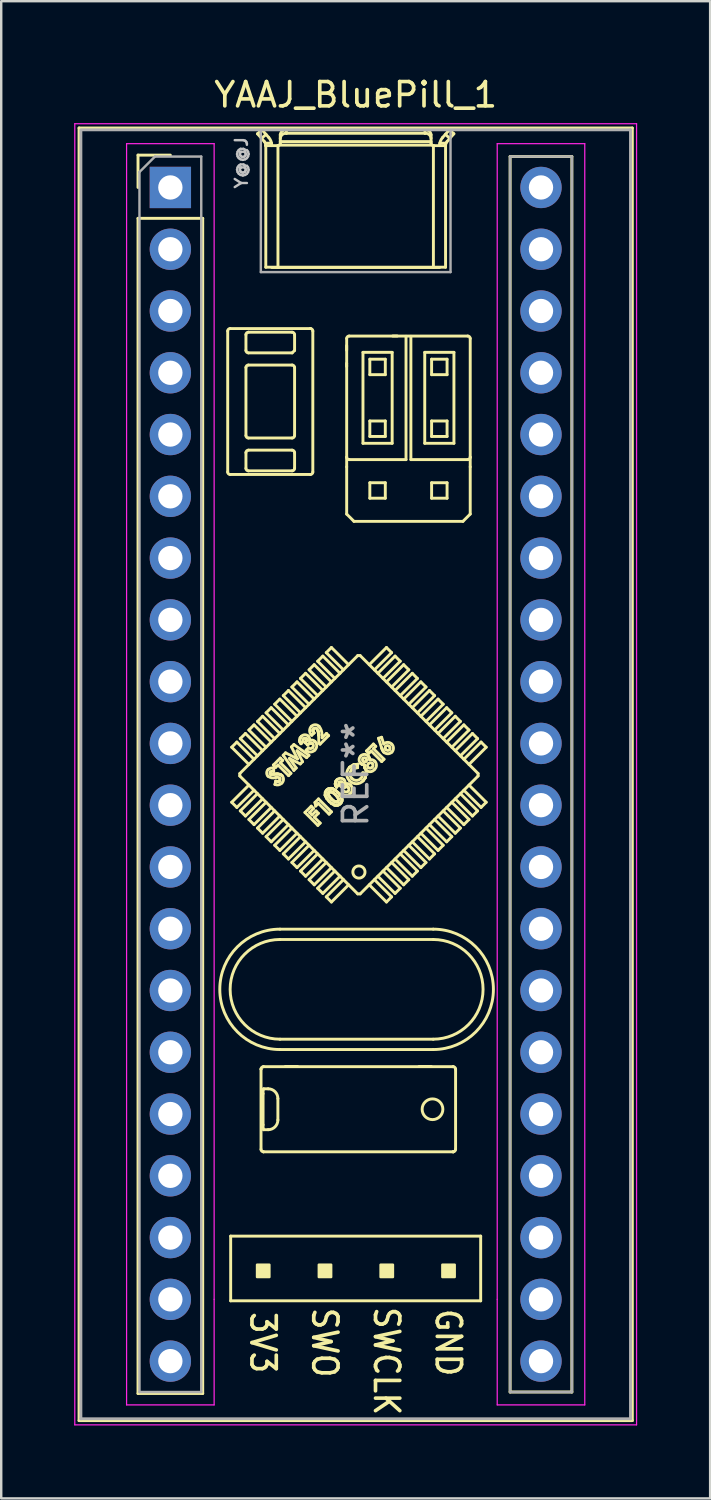
<source format=kicad_pcb>
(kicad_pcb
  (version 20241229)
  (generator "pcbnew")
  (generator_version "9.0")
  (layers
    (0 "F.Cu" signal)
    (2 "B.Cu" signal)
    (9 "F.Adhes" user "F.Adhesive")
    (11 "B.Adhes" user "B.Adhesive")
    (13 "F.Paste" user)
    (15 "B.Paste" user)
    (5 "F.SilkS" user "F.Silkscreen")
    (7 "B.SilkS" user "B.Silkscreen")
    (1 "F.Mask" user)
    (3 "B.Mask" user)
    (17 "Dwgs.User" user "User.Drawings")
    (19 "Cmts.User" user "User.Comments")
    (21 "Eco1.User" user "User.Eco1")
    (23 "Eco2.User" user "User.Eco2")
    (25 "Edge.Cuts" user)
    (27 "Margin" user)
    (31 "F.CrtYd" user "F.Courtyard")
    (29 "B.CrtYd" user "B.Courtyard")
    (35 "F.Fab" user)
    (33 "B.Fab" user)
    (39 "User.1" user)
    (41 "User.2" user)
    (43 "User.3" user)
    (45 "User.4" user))
  (footprint "YAAJ_BluePill_1"
    (layer "F.Cu")
    (at 3.955 4.658)
    (property "Reference" "YAAJ_BluePill_1" (at 7.62 -3.81 0) (layer "F.SilkS") (effects (font (size 1 1) (thickness 0.15))))
    (attr through_hole)
    (fp_line (start -3.755 -2.445) (end 18.995 -2.445) (stroke (width 0.12) (type solid)) (layer "F.SilkS"))
    (fp_line (start -3.755 50.705) (end -3.755 -2.445) (stroke (width 0.12) (type solid)) (layer "F.SilkS"))
    (fp_line (start -1.33 -1.33) (end 0 -1.33) (stroke (width 0.12) (type solid)) (layer "F.SilkS"))
    (fp_line (start -1.33 0) (end -1.33 -1.33) (stroke (width 0.12) (type solid)) (layer "F.SilkS"))
    (fp_line (start -1.33 1.27) (end 1.33 1.27) (stroke (width 0.12) (type solid)) (layer "F.SilkS"))
    (fp_line (start -1.33 49.59) (end -1.33 1.27) (stroke (width 0.12) (type solid)) (layer "F.SilkS"))
    (fp_line (start 1.33 1.27) (end 1.33 49.59) (stroke (width 0.12) (type solid)) (layer "F.SilkS"))
    (fp_line (start 1.33 49.59) (end -1.33 49.59) (stroke (width 0.12) (type solid)) (layer "F.SilkS"))
    (fp_line (start 2.358 5.902) (end 2.358 11.702) (stroke (width 0.12) (type solid)) (layer "F.SilkS"))
    (fp_line (start 2.458 11.802) (end 5.758 11.802) (stroke (width 0.12) (type solid)) (layer "F.SilkS"))
    (fp_line (start 2.48 43.12) (end 2.48 45.78) (stroke (width 0.12) (type solid)) (layer "F.SilkS"))
    (fp_line (start 2.48 45.78) (end 12.76 45.78) (stroke (width 0.12) (type solid)) (layer "F.SilkS"))
    (fp_line (start 2.522 23.017) (end 3.229 23.724) (stroke (width 0.12) (type solid)) (layer "F.SilkS"))
    (fp_line (start 2.522 25.28) (end 3.229 24.573) (stroke (width 0.12) (type solid)) (layer "F.SilkS"))
    (fp_line (start 2.734 22.805) (end 2.522 23.017) (stroke (width 0.12) (type solid)) (layer "F.SilkS"))
    (fp_line (start 2.734 22.805) (end 3.441 23.512) (stroke (width 0.12) (type solid)) (layer "F.SilkS"))
    (fp_line (start 2.734 25.492) (end 2.522 25.28) (stroke (width 0.12) (type solid)) (layer "F.SilkS"))
    (fp_line (start 2.734 25.492) (end 3.441 24.785) (stroke (width 0.12) (type solid)) (layer "F.SilkS"))
    (fp_line (start 2.855 24.199) (end 2.855 24.099) (stroke (width 0.12) (type solid)) (layer "F.SilkS"))
    (fp_line (start 2.855 24.199) (end 7.704 29.048) (stroke (width 0.12) (type solid)) (layer "F.SilkS"))
    (fp_line (start 2.875 22.664) (end 3.583 23.371) (stroke (width 0.12) (type solid)) (layer "F.SilkS"))
    (fp_line (start 2.875 25.634) (end 3.583 24.926) (stroke (width 0.12) (type solid)) (layer "F.SilkS"))
    (fp_line (start 3.088 22.452) (end 2.875 22.664) (stroke (width 0.12) (type solid)) (layer "F.SilkS"))
    (fp_line (start 3.088 22.452) (end 3.795 23.159) (stroke (width 0.12) (type solid)) (layer "F.SilkS"))
    (fp_line (start 3.088 25.846) (end 2.875 25.634) (stroke (width 0.12) (type solid)) (layer "F.SilkS"))
    (fp_line (start 3.088 25.846) (end 3.795 25.139) (stroke (width 0.12) (type solid)) (layer "F.SilkS"))
    (fp_line (start 3.108 6.702) (end 3.108 6.052) (stroke (width 0.12) (type solid)) (layer "F.SilkS"))
    (fp_line (start 3.108 10.202) (end 3.108 7.402) (stroke (width 0.12) (type solid)) (layer "F.SilkS"))
    (fp_line (start 3.108 11.552) (end 3.108 10.902) (stroke (width 0.12) (type solid)) (layer "F.SilkS"))
    (fp_line (start 3.208 5.952) (end 5.008 5.952) (stroke (width 0.12) (type solid)) (layer "F.SilkS"))
    (fp_line (start 3.208 7.302) (end 5.008 7.302) (stroke (width 0.12) (type solid)) (layer "F.SilkS"))
    (fp_line (start 3.208 10.802) (end 5.008 10.802) (stroke (width 0.12) (type solid)) (layer "F.SilkS"))
    (fp_line (start 3.229 22.31) (end 3.936 23.017) (stroke (width 0.12) (type solid)) (layer "F.SilkS"))
    (fp_line (start 3.229 25.987) (end 3.936 25.28) (stroke (width 0.12) (type solid)) (layer "F.SilkS"))
    (fp_line (start 3.441 22.098) (end 3.229 22.31) (stroke (width 0.12) (type solid)) (layer "F.SilkS"))
    (fp_line (start 3.441 22.098) (end 4.148 22.805) (stroke (width 0.12) (type solid)) (layer "F.SilkS"))
    (fp_line (start 3.441 26.199) (end 3.229 25.987) (stroke (width 0.12) (type solid)) (layer "F.SilkS"))
    (fp_line (start 3.441 26.199) (end 4.148 25.492) (stroke (width 0.12) (type solid)) (layer "F.SilkS"))
    (fp_line (start 3.583 -2.207) (end 3.861 -1.891) (stroke (width 0.12) (type solid)) (layer "F.SilkS"))
    (fp_line (start 3.583 21.957) (end 4.29 22.664) (stroke (width 0.12) (type solid)) (layer "F.SilkS"))
    (fp_line (start 3.583 26.341) (end 4.29 25.634) (stroke (width 0.12) (type solid)) (layer "F.SilkS"))
    (fp_line (start 3.728 36.253) (end 3.728 39.553) (stroke (width 0.12) (type solid)) (layer "F.SilkS"))
    (fp_line (start 3.728 36.252) (end 3.728 36.253) (stroke (width 0.12) (type solid)) (layer "F.SilkS"))
    (fp_line (start 3.748 -2.02) (end 3.933 -2.182) (stroke (width 0.12) (type solid)) (layer "F.SilkS"))
    (fp_line (start 3.767 -2.37) (end 3.583 -2.207) (stroke (width 0.12) (type solid)) (layer "F.SilkS"))
    (fp_line (start 3.795 21.744) (end 3.583 21.957) (stroke (width 0.12) (type solid)) (layer "F.SilkS"))
    (fp_line (start 3.795 21.744) (end 4.502 22.452) (stroke (width 0.12) (type solid)) (layer "F.SilkS"))
    (fp_line (start 3.795 26.553) (end 3.583 26.341) (stroke (width 0.12) (type solid)) (layer "F.SilkS"))
    (fp_line (start 3.795 26.553) (end 4.502 25.846) (stroke (width 0.12) (type solid)) (layer "F.SilkS"))
    (fp_line (start 3.812 38.544) (end 3.812 37.262) (stroke (width 0.12) (type solid)) (layer "F.SilkS"))
    (fp_line (start 3.827 39.653) (end 3.828 39.653) (stroke (width 0.12) (type solid)) (layer "F.SilkS"))
    (fp_line (start 3.828 36.153) (end 3.827 36.153) (stroke (width 0.12) (type solid)) (layer "F.SilkS"))
    (fp_line (start 3.828 36.153) (end 11.628 36.153) (stroke (width 0.12) (type solid)) (layer "F.SilkS"))
    (fp_line (start 3.828 39.653) (end 11.628 39.653) (stroke (width 0.12) (type solid)) (layer "F.SilkS"))
    (fp_line (start 3.834 38.744) (end 4.021 38.744) (stroke (width 0.12) (type solid)) (layer "F.SilkS"))
    (fp_line (start 3.924 -1.728) (end 3.929 -1.72) (stroke (width 0.12) (type solid)) (layer "F.SilkS"))
    (fp_line (start 3.924 -1.726) (end 3.924 -1.728) (stroke (width 0.12) (type solid)) (layer "F.SilkS"))
    (fp_line (start 3.924 -1.726) (end 3.924 3.28) (stroke (width 0.12) (type solid)) (layer "F.SilkS"))
    (fp_line (start 3.929 -1.72) (end 3.93 -1.72) (stroke (width 0.12) (type solid)) (layer "F.SilkS"))
    (fp_line (start 3.93 -1.72) (end 4.42 -1.72) (stroke (width 0.12) (type solid)) (layer "F.SilkS"))
    (fp_line (start 3.936 21.603) (end 4.643 22.31) (stroke (width 0.12) (type solid)) (layer "F.SilkS"))
    (fp_line (start 3.936 26.694) (end 4.643 25.987) (stroke (width 0.12) (type solid)) (layer "F.SilkS"))
    (fp_line (start 4.021 37.062) (end 3.834 37.062) (stroke (width 0.12) (type solid)) (layer "F.SilkS"))
    (fp_line (start 4.045 -2.055) (end 3.767 -2.37) (stroke (width 0.12) (type solid)) (layer "F.SilkS"))
    (fp_line (start 4.108 24.11) (end 4.126 24.122) (stroke (width 0.12) (type solid)) (layer "F.SilkS"))
    (fp_line (start 4.108 24.11) (end 4.126 24.122) (stroke (width 0.12) (type solid)) (layer "F.SilkS"))
    (fp_line (start 4.126 24.122) (end 4.142 24.127) (stroke (width 0.12) (type solid)) (layer "F.SilkS"))
    (fp_line (start 4.126 24.122) (end 4.142 24.127) (stroke (width 0.12) (type solid)) (layer "F.SilkS"))
    (fp_line (start 4.142 24.127) (end 4.221 24.127) (stroke (width 0.12) (type solid)) (layer "F.SilkS"))
    (fp_line (start 4.142 24.127) (end 4.221 24.127) (stroke (width 0.12) (type solid)) (layer "F.SilkS"))
    (fp_line (start 4.148 21.391) (end 3.936 21.603) (stroke (width 0.12) (type solid)) (layer "F.SilkS"))
    (fp_line (start 4.148 21.391) (end 4.855 22.098) (stroke (width 0.12) (type solid)) (layer "F.SilkS"))
    (fp_line (start 4.148 26.906) (end 3.936 26.694) (stroke (width 0.12) (type solid)) (layer "F.SilkS"))
    (fp_line (start 4.148 26.906) (end 4.855 26.199) (stroke (width 0.12) (type solid)) (layer "F.SilkS"))
    (fp_line (start 4.161 -1.82) (end 3.905 -1.82) (stroke (width 0.12) (type solid)) (layer "F.SilkS"))
    (fp_line (start 4.17 -1.72) (end 4.17 -1.724) (stroke (width 0.12) (type solid)) (layer "F.SilkS"))
    (fp_line (start 4.221 24.127) (end 4.283 24.123) (stroke (width 0.12) (type solid)) (layer "F.SilkS"))
    (fp_line (start 4.221 24.127) (end 4.283 24.123) (stroke (width 0.12) (type solid)) (layer "F.SilkS"))
    (fp_line (start 4.236 23.749) (end 4.522 23.463) (stroke (width 0.12) (type solid)) (layer "F.SilkS"))
    (fp_line (start 4.253 23.874) (end 4.247 24.011) (stroke (width 0.12) (type solid)) (layer "F.SilkS"))
    (fp_line (start 4.283 24.123) (end 4.355 24.118) (stroke (width 0.12) (type solid)) (layer "F.SilkS"))
    (fp_line (start 4.283 24.123) (end 4.355 24.118) (stroke (width 0.12) (type solid)) (layer "F.SilkS"))
    (fp_line (start 4.29 21.249) (end 4.997 21.957) (stroke (width 0.12) (type solid)) (layer "F.SilkS"))
    (fp_line (start 4.29 27.048) (end 4.997 26.341) (stroke (width 0.12) (type solid)) (layer "F.SilkS"))
    (fp_line (start 4.3 24.547) (end 4.334 24.413) (stroke (width 0.12) (type solid)) (layer "F.SilkS"))
    (fp_line (start 4.331 23.844) (end 4.236 23.749) (stroke (width 0.12) (type solid)) (layer "F.SilkS"))
    (fp_line (start 4.334 24.413) (end 4.424 24.424) (stroke (width 0.12) (type solid)) (layer "F.SilkS"))
    (fp_line (start 4.334 24.413) (end 4.424 24.424) (stroke (width 0.12) (type solid)) (layer "F.SilkS"))
    (fp_line (start 4.355 24.118) (end 4.412 24.116) (stroke (width 0.12) (type solid)) (layer "F.SilkS"))
    (fp_line (start 4.355 24.118) (end 4.412 24.116) (stroke (width 0.12) (type solid)) (layer "F.SilkS"))
    (fp_line (start 4.412 24.116) (end 4.518 24.135) (stroke (width 0.12) (type solid)) (layer "F.SilkS"))
    (fp_line (start 4.412 24.116) (end 4.518 24.135) (stroke (width 0.12) (type solid)) (layer "F.SilkS"))
    (fp_line (start 4.42 -1.72) (end 4.424 -1.72) (stroke (width 0.12) (type solid)) (layer "F.SilkS"))
    (fp_line (start 4.421 37.462) (end 4.421 38.344) (stroke (width 0.12) (type solid)) (layer "F.SilkS"))
    (fp_line (start 4.424 -1.72) (end 4.424 3.29) (stroke (width 0.12) (type solid)) (layer "F.SilkS"))
    (fp_line (start 4.424 24.424) (end 4.459 24.415) (stroke (width 0.12) (type solid)) (layer "F.SilkS"))
    (fp_line (start 4.424 24.424) (end 4.459 24.415) (stroke (width 0.12) (type solid)) (layer "F.SilkS"))
    (fp_line (start 4.427 23.749) (end 4.331 23.844) (stroke (width 0.12) (type solid)) (layer "F.SilkS"))
    (fp_line (start 4.459 24.415) (end 4.489 24.394) (stroke (width 0.12) (type solid)) (layer "F.SilkS"))
    (fp_line (start 4.459 24.415) (end 4.489 24.394) (stroke (width 0.12) (type solid)) (layer "F.SilkS"))
    (fp_line (start 4.502 21.037) (end 4.29 21.249) (stroke (width 0.12) (type solid)) (layer "F.SilkS"))
    (fp_line (start 4.502 21.037) (end 5.209 21.744) (stroke (width 0.12) (type solid)) (layer "F.SilkS"))
    (fp_line (start 4.502 27.26) (end 4.29 27.048) (stroke (width 0.12) (type solid)) (layer "F.SilkS"))
    (fp_line (start 4.502 27.26) (end 5.209 26.553) (stroke (width 0.12) (type solid)) (layer "F.SilkS"))
    (fp_line (start 4.508 30.923) (end 10.808 30.923) (stroke (width 0.12) (type solid)) (layer "F.SilkS"))
    (fp_line (start 4.508 35.448) (end 10.808 35.448) (stroke (width 0.12) (type solid)) (layer "F.SilkS"))
    (fp_line (start 4.518 24.135) (end 4.588 24.183) (stroke (width 0.12) (type solid)) (layer "F.SilkS"))
    (fp_line (start 4.518 24.135) (end 4.588 24.183) (stroke (width 0.12) (type solid)) (layer "F.SilkS"))
    (fp_line (start 4.52 -2.165) (end 4.52 -1.82) (stroke (width 0.12) (type solid)) (layer "F.SilkS"))
    (fp_line (start 4.52 -1.885) (end 10.72 -1.885) (stroke (width 0.12) (type solid)) (layer "F.SilkS"))
    (fp_line (start 4.522 23.463) (end 4.617 23.559) (stroke (width 0.12) (type solid)) (layer "F.SilkS"))
    (fp_line (start 4.522 23.654) (end 4.957 24.089) (stroke (width 0.12) (type solid)) (layer "F.SilkS"))
    (fp_line (start 4.617 23.559) (end 4.522 23.654) (stroke (width 0.12) (type solid)) (layer "F.SilkS"))
    (fp_line (start 4.639 23.347) (end 4.737 23.248) (stroke (width 0.12) (type solid)) (layer "F.SilkS"))
    (fp_line (start 4.643 20.896) (end 5.35 21.603) (stroke (width 0.12) (type solid)) (layer "F.SilkS"))
    (fp_line (start 4.643 27.401) (end 5.35 26.694) (stroke (width 0.12) (type solid)) (layer "F.SilkS"))
    (fp_line (start 4.737 23.248) (end 5.228 23.497) (stroke (width 0.12) (type solid)) (layer "F.SilkS"))
    (fp_line (start 4.77 -2.227) (end 4.77 -2.37) (stroke (width 0.12) (type solid)) (layer "F.SilkS"))
    (fp_line (start 4.855 20.684) (end 4.643 20.896) (stroke (width 0.12) (type solid)) (layer "F.SilkS"))
    (fp_line (start 4.855 20.684) (end 5.562 21.391) (stroke (width 0.12) (type solid)) (layer "F.SilkS"))
    (fp_line (start 4.855 27.613) (end 4.643 27.401) (stroke (width 0.12) (type solid)) (layer "F.SilkS"))
    (fp_line (start 4.855 27.613) (end 5.562 26.906) (stroke (width 0.12) (type solid)) (layer "F.SilkS"))
    (fp_line (start 4.862 24.184) (end 4.427 23.749) (stroke (width 0.12) (type solid)) (layer "F.SilkS"))
    (fp_line (start 4.897 23.479) (end 5.176 23.87) (stroke (width 0.12) (type solid)) (layer "F.SilkS"))
    (fp_line (start 4.957 24.089) (end 4.862 24.184) (stroke (width 0.12) (type solid)) (layer "F.SilkS"))
    (fp_line (start 4.98 23.005) (end 5.078 22.907) (stroke (width 0.12) (type solid)) (layer "F.SilkS"))
    (fp_line (start 4.997 20.542) (end 5.704 21.249) (stroke (width 0.12) (type solid)) (layer "F.SilkS"))
    (fp_line (start 4.997 27.755) (end 5.704 27.048) (stroke (width 0.12) (type solid)) (layer "F.SilkS"))
    (fp_line (start 5.008 6.802) (end 3.208 6.802) (stroke (width 0.12) (type solid)) (layer "F.SilkS"))
    (fp_line (start 5.008 10.302) (end 3.208 10.302) (stroke (width 0.12) (type solid)) (layer "F.SilkS"))
    (fp_line (start 5.008 11.652) (end 3.208 11.652) (stroke (width 0.12) (type solid)) (layer "F.SilkS"))
    (fp_line (start 5.078 22.907) (end 5.698 23.348) (stroke (width 0.12) (type solid)) (layer "F.SilkS"))
    (fp_line (start 5.079 23.967) (end 4.639 23.347) (stroke (width 0.12) (type solid)) (layer "F.SilkS"))
    (fp_line (start 5.108 6.052) (end 5.108 6.702) (stroke (width 0.12) (type solid)) (layer "F.SilkS"))
    (fp_line (start 5.108 6.702) (end 5.008 6.802) (stroke (width 0.12) (type solid)) (layer "F.SilkS"))
    (fp_line (start 5.108 7.402) (end 5.108 10.202) (stroke (width 0.12) (type solid)) (layer "F.SilkS"))
    (fp_line (start 5.108 10.902) (end 5.108 11.552) (stroke (width 0.12) (type solid)) (layer "F.SilkS"))
    (fp_line (start 5.176 23.87) (end 5.079 23.967) (stroke (width 0.12) (type solid)) (layer "F.SilkS"))
    (fp_line (start 5.209 20.33) (end 4.997 20.542) (stroke (width 0.12) (type solid)) (layer "F.SilkS"))
    (fp_line (start 5.209 20.33) (end 5.916 21.037) (stroke (width 0.12) (type solid)) (layer "F.SilkS"))
    (fp_line (start 5.209 27.967) (end 4.997 27.755) (stroke (width 0.12) (type solid)) (layer "F.SilkS"))
    (fp_line (start 5.209 27.967) (end 5.916 27.26) (stroke (width 0.12) (type solid)) (layer "F.SilkS"))
    (fp_line (start 5.21 23.166) (end 5.435 23.611) (stroke (width 0.12) (type solid)) (layer "F.SilkS"))
    (fp_line (start 5.228 36.143) (end 4.728 36.143) (stroke (width 0.12) (type solid)) (layer "F.SilkS"))
    (fp_line (start 5.228 23.497) (end 4.98 23.005) (stroke (width 0.12) (type solid)) (layer "F.SilkS"))
    (fp_line (start 5.319 22.738) (end 5.339 22.637) (stroke (width 0.12) (type solid)) (layer "F.SilkS"))
    (fp_line (start 5.319 22.738) (end 5.339 22.637) (stroke (width 0.12) (type solid)) (layer "F.SilkS"))
    (fp_line (start 5.331 22.801) (end 5.319 22.738) (stroke (width 0.12) (type solid)) (layer "F.SilkS"))
    (fp_line (start 5.331 22.801) (end 5.319 22.738) (stroke (width 0.12) (type solid)) (layer "F.SilkS"))
    (fp_line (start 5.339 22.637) (end 5.387 22.571) (stroke (width 0.12) (type solid)) (layer "F.SilkS"))
    (fp_line (start 5.339 22.637) (end 5.387 22.571) (stroke (width 0.12) (type solid)) (layer "F.SilkS"))
    (fp_line (start 5.342 23.704) (end 4.897 23.479) (stroke (width 0.12) (type solid)) (layer "F.SilkS"))
    (fp_line (start 5.35 20.189) (end 6.057 20.896) (stroke (width 0.12) (type solid)) (layer "F.SilkS"))
    (fp_line (start 5.35 28.108) (end 6.057 27.401) (stroke (width 0.12) (type solid)) (layer "F.SilkS"))
    (fp_line (start 5.372 22.872) (end 5.331 22.801) (stroke (width 0.12) (type solid)) (layer "F.SilkS"))
    (fp_line (start 5.372 22.872) (end 5.331 22.801) (stroke (width 0.12) (type solid)) (layer "F.SilkS"))
    (fp_line (start 5.435 23.611) (end 5.342 23.704) (stroke (width 0.12) (type solid)) (layer "F.SilkS"))
    (fp_line (start 5.467 22.777) (end 5.372 22.872) (stroke (width 0.12) (type solid)) (layer "F.SilkS"))
    (fp_line (start 5.535 25.7) (end 5.793 25.442) (stroke (width 0.12) (type solid)) (layer "F.SilkS"))
    (fp_line (start 5.549 22.831) (end 5.6 22.752) (stroke (width 0.12) (type solid)) (layer "F.SilkS"))
    (fp_line (start 5.549 22.831) (end 5.6 22.752) (stroke (width 0.12) (type solid)) (layer "F.SilkS"))
    (fp_line (start 5.562 19.977) (end 5.35 20.189) (stroke (width 0.12) (type solid)) (layer "F.SilkS"))
    (fp_line (start 5.562 19.977) (end 6.27 20.684) (stroke (width 0.12) (type solid)) (layer "F.SilkS"))
    (fp_line (start 5.562 28.321) (end 5.35 28.108) (stroke (width 0.12) (type solid)) (layer "F.SilkS"))
    (fp_line (start 5.562 28.321) (end 6.27 27.613) (stroke (width 0.12) (type solid)) (layer "F.SilkS"))
    (fp_line (start 5.583 23.137) (end 5.678 23.042) (stroke (width 0.12) (type solid)) (layer "F.SilkS"))
    (fp_line (start 5.598 22.683) (end 5.585 22.664) (stroke (width 0.12) (type solid)) (layer "F.SilkS"))
    (fp_line (start 5.598 22.683) (end 5.585 22.664) (stroke (width 0.12) (type solid)) (layer "F.SilkS"))
    (fp_line (start 5.6 22.752) (end 5.605 22.706) (stroke (width 0.12) (type solid)) (layer "F.SilkS"))
    (fp_line (start 5.6 22.752) (end 5.605 22.706) (stroke (width 0.12) (type solid)) (layer "F.SilkS"))
    (fp_line (start 5.602 23.444) (end 5.21 23.166) (stroke (width 0.12) (type solid)) (layer "F.SilkS"))
    (fp_line (start 5.605 22.706) (end 5.598 22.683) (stroke (width 0.12) (type solid)) (layer "F.SilkS"))
    (fp_line (start 5.605 22.706) (end 5.598 22.683) (stroke (width 0.12) (type solid)) (layer "F.SilkS"))
    (fp_line (start 5.637 22.92) (end 5.549 22.831) (stroke (width 0.12) (type solid)) (layer "F.SilkS"))
    (fp_line (start 5.698 23.348) (end 5.602 23.444) (stroke (width 0.12) (type solid)) (layer "F.SilkS"))
    (fp_line (start 5.704 19.835) (end 6.411 20.542) (stroke (width 0.12) (type solid)) (layer "F.SilkS"))
    (fp_line (start 5.704 28.462) (end 6.411 27.755) (stroke (width 0.12) (type solid)) (layer "F.SilkS"))
    (fp_line (start 5.725 25.7) (end 5.827 25.802) (stroke (width 0.12) (type solid)) (layer "F.SilkS"))
    (fp_line (start 5.738 22.854) (end 5.637 22.92) (stroke (width 0.12) (type solid)) (layer "F.SilkS"))
    (fp_line (start 5.738 22.854) (end 5.637 22.92) (stroke (width 0.12) (type solid)) (layer "F.SilkS"))
    (fp_line (start 5.758 5.802) (end 2.458 5.802) (stroke (width 0.12) (type solid)) (layer "F.SilkS"))
    (fp_line (start 5.762 5.802) (end 5.758 5.802) (stroke (width 0.12) (type solid)) (layer "F.SilkS"))
    (fp_line (start 5.793 25.442) (end 5.888 25.537) (stroke (width 0.12) (type solid)) (layer "F.SilkS"))
    (fp_line (start 5.798 22.849) (end 5.738 22.854) (stroke (width 0.12) (type solid)) (layer "F.SilkS"))
    (fp_line (start 5.798 22.849) (end 5.738 22.854) (stroke (width 0.12) (type solid)) (layer "F.SilkS"))
    (fp_line (start 5.827 25.802) (end 5.99 25.639) (stroke (width 0.12) (type solid)) (layer "F.SilkS"))
    (fp_line (start 5.827 22.858) (end 5.798 22.849) (stroke (width 0.12) (type solid)) (layer "F.SilkS"))
    (fp_line (start 5.827 22.858) (end 5.798 22.849) (stroke (width 0.12) (type solid)) (layer "F.SilkS"))
    (fp_line (start 5.852 22.876) (end 5.827 22.858) (stroke (width 0.12) (type solid)) (layer "F.SilkS"))
    (fp_line (start 5.852 22.876) (end 5.827 22.858) (stroke (width 0.12) (type solid)) (layer "F.SilkS"))
    (fp_line (start 5.858 11.702) (end 5.858 5.902) (stroke (width 0.12) (type solid)) (layer "F.SilkS"))
    (fp_line (start 5.862 22.307) (end 5.866 22.36) (stroke (width 0.12) (type solid)) (layer "F.SilkS"))
    (fp_line (start 5.862 22.307) (end 5.866 22.36) (stroke (width 0.12) (type solid)) (layer "F.SilkS"))
    (fp_line (start 5.866 22.36) (end 5.909 22.43) (stroke (width 0.12) (type solid)) (layer "F.SilkS"))
    (fp_line (start 5.866 22.36) (end 5.909 22.43) (stroke (width 0.12) (type solid)) (layer "F.SilkS"))
    (fp_line (start 5.887 22.261) (end 5.862 22.307) (stroke (width 0.12) (type solid)) (layer "F.SilkS"))
    (fp_line (start 5.887 22.261) (end 5.862 22.307) (stroke (width 0.12) (type solid)) (layer "F.SilkS"))
    (fp_line (start 5.888 25.537) (end 5.725 25.7) (stroke (width 0.12) (type solid)) (layer "F.SilkS"))
    (fp_line (start 5.909 22.43) (end 5.814 22.525) (stroke (width 0.12) (type solid)) (layer "F.SilkS"))
    (fp_line (start 5.916 19.623) (end 5.704 19.835) (stroke (width 0.12) (type solid)) (layer "F.SilkS"))
    (fp_line (start 5.916 19.623) (end 6.623 20.33) (stroke (width 0.12) (type solid)) (layer "F.SilkS"))
    (fp_line (start 5.916 28.674) (end 5.704 28.462) (stroke (width 0.12) (type solid)) (layer "F.SilkS"))
    (fp_line (start 5.916 28.674) (end 6.623 27.967) (stroke (width 0.12) (type solid)) (layer "F.SilkS"))
    (fp_line (start 5.922 25.898) (end 6.16 26.136) (stroke (width 0.12) (type solid)) (layer "F.SilkS"))
    (fp_line (start 5.945 25.29) (end 6.092 25.143) (stroke (width 0.12) (type solid)) (layer "F.SilkS"))
    (fp_line (start 5.977 25.435) (end 5.945 25.29) (stroke (width 0.12) (type solid)) (layer "F.SilkS"))
    (fp_line (start 5.99 25.639) (end 6.086 25.734) (stroke (width 0.12) (type solid)) (layer "F.SilkS"))
    (fp_line (start 6.057 19.482) (end 6.765 20.189) (stroke (width 0.12) (type solid)) (layer "F.SilkS"))
    (fp_line (start 6.057 28.815) (end 6.765 28.108) (stroke (width 0.12) (type solid)) (layer "F.SilkS"))
    (fp_line (start 6.065 26.231) (end 5.535 25.7) (stroke (width 0.12) (type solid)) (layer "F.SilkS"))
    (fp_line (start 6.08 22.368) (end 6.027 22.263) (stroke (width 0.12) (type solid)) (layer "F.SilkS"))
    (fp_line (start 6.08 22.368) (end 6.027 22.263) (stroke (width 0.12) (type solid)) (layer "F.SilkS"))
    (fp_line (start 6.086 25.326) (end 5.977 25.435) (stroke (width 0.12) (type solid)) (layer "F.SilkS"))
    (fp_line (start 6.086 25.734) (end 5.922 25.898) (stroke (width 0.12) (type solid)) (layer "F.SilkS"))
    (fp_line (start 6.092 25.143) (end 6.623 25.673) (stroke (width 0.12) (type solid)) (layer "F.SilkS"))
    (fp_line (start 6.095 22.52) (end 6.08 22.368) (stroke (width 0.12) (type solid)) (layer "F.SilkS"))
    (fp_line (start 6.095 22.52) (end 6.08 22.368) (stroke (width 0.12) (type solid)) (layer "F.SilkS"))
    (fp_line (start 6.105 22.844) (end 6.095 22.52) (stroke (width 0.12) (type solid)) (layer "F.SilkS"))
    (fp_line (start 6.154 22.892) (end 6.105 22.844) (stroke (width 0.12) (type solid)) (layer "F.SilkS"))
    (fp_line (start 6.16 26.136) (end 6.065 26.231) (stroke (width 0.12) (type solid)) (layer "F.SilkS"))
    (fp_line (start 6.232 22.51) (end 6.24 22.629) (stroke (width 0.12) (type solid)) (layer "F.SilkS"))
    (fp_line (start 6.24 22.629) (end 6.419 22.45) (stroke (width 0.12) (type solid)) (layer "F.SilkS"))
    (fp_line (start 6.27 19.27) (end 6.057 19.482) (stroke (width 0.12) (type solid)) (layer "F.SilkS"))
    (fp_line (start 6.27 19.27) (end 6.977 19.977) (stroke (width 0.12) (type solid)) (layer "F.SilkS"))
    (fp_line (start 6.27 29.028) (end 6.057 28.815) (stroke (width 0.12) (type solid)) (layer "F.SilkS"))
    (fp_line (start 6.27 29.028) (end 6.977 28.321) (stroke (width 0.12) (type solid)) (layer "F.SilkS"))
    (fp_line (start 6.365 24.988) (end 6.373 24.863) (stroke (width 0.12) (type solid)) (layer "F.SilkS"))
    (fp_line (start 6.365 24.988) (end 6.373 24.863) (stroke (width 0.12) (type solid)) (layer "F.SilkS"))
    (fp_line (start 6.373 24.863) (end 6.427 24.781) (stroke (width 0.12) (type solid)) (layer "F.SilkS"))
    (fp_line (start 6.373 24.863) (end 6.427 24.781) (stroke (width 0.12) (type solid)) (layer "F.SilkS"))
    (fp_line (start 6.411 19.128) (end 7.118 19.835) (stroke (width 0.12) (type solid)) (layer "F.SilkS"))
    (fp_line (start 6.411 29.169) (end 7.118 28.462) (stroke (width 0.12) (type solid)) (layer "F.SilkS"))
    (fp_line (start 6.419 22.45) (end 6.507 22.539) (stroke (width 0.12) (type solid)) (layer "F.SilkS"))
    (fp_line (start 6.421 25.111) (end 6.365 24.988) (stroke (width 0.12) (type solid)) (layer "F.SilkS"))
    (fp_line (start 6.421 25.111) (end 6.365 24.988) (stroke (width 0.12) (type solid)) (layer "F.SilkS"))
    (fp_line (start 6.427 24.781) (end 6.48 24.74) (stroke (width 0.12) (type solid)) (layer "F.SilkS"))
    (fp_line (start 6.427 24.781) (end 6.48 24.74) (stroke (width 0.12) (type solid)) (layer "F.SilkS"))
    (fp_line (start 6.48 24.74) (end 6.541 24.715) (stroke (width 0.12) (type solid)) (layer "F.SilkS"))
    (fp_line (start 6.48 24.74) (end 6.541 24.715) (stroke (width 0.12) (type solid)) (layer "F.SilkS"))
    (fp_line (start 6.496 24.948) (end 6.524 25.024) (stroke (width 0.12) (type solid)) (layer "F.SilkS"))
    (fp_line (start 6.496 24.948) (end 6.524 25.024) (stroke (width 0.12) (type solid)) (layer "F.SilkS"))
    (fp_line (start 6.503 24.908) (end 6.496 24.948) (stroke (width 0.12) (type solid)) (layer "F.SilkS"))
    (fp_line (start 6.503 24.908) (end 6.496 24.948) (stroke (width 0.12) (type solid)) (layer "F.SilkS"))
    (fp_line (start 6.507 22.539) (end 6.154 22.892) (stroke (width 0.12) (type solid)) (layer "F.SilkS"))
    (fp_line (start 6.524 25.024) (end 6.629 25.149) (stroke (width 0.12) (type solid)) (layer "F.SilkS"))
    (fp_line (start 6.524 25.024) (end 6.629 25.149) (stroke (width 0.12) (type solid)) (layer "F.SilkS"))
    (fp_line (start 6.525 24.874) (end 6.503 24.908) (stroke (width 0.12) (type solid)) (layer "F.SilkS"))
    (fp_line (start 6.525 24.874) (end 6.503 24.908) (stroke (width 0.12) (type solid)) (layer "F.SilkS"))
    (fp_line (start 6.528 25.768) (end 6.086 25.326) (stroke (width 0.12) (type solid)) (layer "F.SilkS"))
    (fp_line (start 6.533 25.243) (end 6.421 25.111) (stroke (width 0.12) (type solid)) (layer "F.SilkS"))
    (fp_line (start 6.533 25.243) (end 6.421 25.111) (stroke (width 0.12) (type solid)) (layer "F.SilkS"))
    (fp_line (start 6.541 24.715) (end 6.608 24.71) (stroke (width 0.12) (type solid)) (layer "F.SilkS"))
    (fp_line (start 6.541 24.715) (end 6.608 24.71) (stroke (width 0.12) (type solid)) (layer "F.SilkS"))
    (fp_line (start 6.558 24.852) (end 6.525 24.874) (stroke (width 0.12) (type solid)) (layer "F.SilkS"))
    (fp_line (start 6.558 24.852) (end 6.525 24.874) (stroke (width 0.12) (type solid)) (layer "F.SilkS"))
    (fp_line (start 6.597 24.848) (end 6.558 24.852) (stroke (width 0.12) (type solid)) (layer "F.SilkS"))
    (fp_line (start 6.597 24.848) (end 6.558 24.852) (stroke (width 0.12) (type solid)) (layer "F.SilkS"))
    (fp_line (start 6.608 24.71) (end 6.673 24.725) (stroke (width 0.12) (type solid)) (layer "F.SilkS"))
    (fp_line (start 6.608 24.71) (end 6.673 24.725) (stroke (width 0.12) (type solid)) (layer "F.SilkS"))
    (fp_line (start 6.623 25.673) (end 6.528 25.768) (stroke (width 0.12) (type solid)) (layer "F.SilkS"))
    (fp_line (start 6.623 18.916) (end 6.411 19.128) (stroke (width 0.12) (type solid)) (layer "F.SilkS"))
    (fp_line (start 6.623 18.916) (end 7.33 19.623) (stroke (width 0.12) (type solid)) (layer "F.SilkS"))
    (fp_line (start 6.623 29.381) (end 6.411 29.169) (stroke (width 0.12) (type solid)) (layer "F.SilkS"))
    (fp_line (start 6.623 29.381) (end 7.33 28.674) (stroke (width 0.12) (type solid)) (layer "F.SilkS"))
    (fp_line (start 6.629 25.149) (end 6.749 25.246) (stroke (width 0.12) (type solid)) (layer "F.SilkS"))
    (fp_line (start 6.629 25.149) (end 6.749 25.246) (stroke (width 0.12) (type solid)) (layer "F.SilkS"))
    (fp_line (start 6.631 25.331) (end 6.533 25.243) (stroke (width 0.12) (type solid)) (layer "F.SilkS"))
    (fp_line (start 6.631 25.331) (end 6.533 25.243) (stroke (width 0.12) (type solid)) (layer "F.SilkS"))
    (fp_line (start 6.671 24.873) (end 6.597 24.848) (stroke (width 0.12) (type solid)) (layer "F.SilkS"))
    (fp_line (start 6.671 24.873) (end 6.597 24.848) (stroke (width 0.12) (type solid)) (layer "F.SilkS"))
    (fp_line (start 6.673 24.725) (end 6.788 24.789) (stroke (width 0.12) (type solid)) (layer "F.SilkS"))
    (fp_line (start 6.673 24.725) (end 6.788 24.789) (stroke (width 0.12) (type solid)) (layer "F.SilkS"))
    (fp_line (start 6.746 25.394) (end 6.631 25.331) (stroke (width 0.12) (type solid)) (layer "F.SilkS"))
    (fp_line (start 6.746 25.394) (end 6.631 25.331) (stroke (width 0.12) (type solid)) (layer "F.SilkS"))
    (fp_line (start 6.749 25.246) (end 6.822 25.268) (stroke (width 0.12) (type solid)) (layer "F.SilkS"))
    (fp_line (start 6.749 25.246) (end 6.822 25.268) (stroke (width 0.12) (type solid)) (layer "F.SilkS"))
    (fp_line (start 6.781 24.526) (end 6.801 24.425) (stroke (width 0.12) (type solid)) (layer "F.SilkS"))
    (fp_line (start 6.781 24.526) (end 6.801 24.425) (stroke (width 0.12) (type solid)) (layer "F.SilkS"))
    (fp_line (start 6.788 24.789) (end 6.888 24.878) (stroke (width 0.12) (type solid)) (layer "F.SilkS"))
    (fp_line (start 6.788 24.789) (end 6.888 24.878) (stroke (width 0.12) (type solid)) (layer "F.SilkS"))
    (fp_line (start 6.793 24.973) (end 6.671 24.873) (stroke (width 0.12) (type solid)) (layer "F.SilkS"))
    (fp_line (start 6.793 24.973) (end 6.671 24.873) (stroke (width 0.12) (type solid)) (layer "F.SilkS"))
    (fp_line (start 6.793 24.589) (end 6.781 24.526) (stroke (width 0.12) (type solid)) (layer "F.SilkS"))
    (fp_line (start 6.793 24.589) (end 6.781 24.526) (stroke (width 0.12) (type solid)) (layer "F.SilkS"))
    (fp_line (start 6.801 24.425) (end 6.849 24.359) (stroke (width 0.12) (type solid)) (layer "F.SilkS"))
    (fp_line (start 6.801 24.425) (end 6.849 24.359) (stroke (width 0.12) (type solid)) (layer "F.SilkS"))
    (fp_line (start 6.811 25.407) (end 6.746 25.394) (stroke (width 0.12) (type solid)) (layer "F.SilkS"))
    (fp_line (start 6.811 25.407) (end 6.746 25.394) (stroke (width 0.12) (type solid)) (layer "F.SilkS"))
    (fp_line (start 6.822 25.268) (end 6.86 25.262) (stroke (width 0.12) (type solid)) (layer "F.SilkS"))
    (fp_line (start 6.822 25.268) (end 6.86 25.262) (stroke (width 0.12) (type solid)) (layer "F.SilkS"))
    (fp_line (start 6.834 24.66) (end 6.793 24.589) (stroke (width 0.12) (type solid)) (layer "F.SilkS"))
    (fp_line (start 6.834 24.66) (end 6.793 24.589) (stroke (width 0.12) (type solid)) (layer "F.SilkS"))
    (fp_line (start 6.856 25.043) (end 6.793 24.973) (stroke (width 0.12) (type solid)) (layer "F.SilkS"))
    (fp_line (start 6.856 25.043) (end 6.793 24.973) (stroke (width 0.12) (type solid)) (layer "F.SilkS"))
    (fp_line (start 6.86 25.262) (end 6.892 25.241) (stroke (width 0.12) (type solid)) (layer "F.SilkS"))
    (fp_line (start 6.86 25.262) (end 6.892 25.241) (stroke (width 0.12) (type solid)) (layer "F.SilkS"))
    (fp_line (start 6.876 25.402) (end 6.811 25.407) (stroke (width 0.12) (type solid)) (layer "F.SilkS"))
    (fp_line (start 6.876 25.402) (end 6.811 25.407) (stroke (width 0.12) (type solid)) (layer "F.SilkS"))
    (fp_line (start 6.888 24.878) (end 6.976 24.977) (stroke (width 0.12) (type solid)) (layer "F.SilkS"))
    (fp_line (start 6.888 24.878) (end 6.976 24.977) (stroke (width 0.12) (type solid)) (layer "F.SilkS"))
    (fp_line (start 6.914 25.146) (end 6.856 25.043) (stroke (width 0.12) (type solid)) (layer "F.SilkS"))
    (fp_line (start 6.914 25.146) (end 6.856 25.043) (stroke (width 0.12) (type solid)) (layer "F.SilkS"))
    (fp_line (start 6.929 24.565) (end 6.834 24.66) (stroke (width 0.12) (type solid)) (layer "F.SilkS"))
    (fp_line (start 6.936 25.377) (end 6.876 25.402) (stroke (width 0.12) (type solid)) (layer "F.SilkS"))
    (fp_line (start 6.936 25.377) (end 6.876 25.402) (stroke (width 0.12) (type solid)) (layer "F.SilkS"))
    (fp_line (start 6.976 24.977) (end 7.041 25.092) (stroke (width 0.12) (type solid)) (layer "F.SilkS"))
    (fp_line (start 6.976 24.977) (end 7.041 25.092) (stroke (width 0.12) (type solid)) (layer "F.SilkS"))
    (fp_line (start 6.988 25.335) (end 6.936 25.377) (stroke (width 0.12) (type solid)) (layer "F.SilkS"))
    (fp_line (start 6.988 25.335) (end 6.936 25.377) (stroke (width 0.12) (type solid)) (layer "F.SilkS"))
    (fp_line (start 7.01 24.619) (end 7.062 24.54) (stroke (width 0.12) (type solid)) (layer "F.SilkS"))
    (fp_line (start 7.01 24.619) (end 7.062 24.54) (stroke (width 0.12) (type solid)) (layer "F.SilkS"))
    (fp_line (start 7.029 25.284) (end 6.988 25.335) (stroke (width 0.12) (type solid)) (layer "F.SilkS"))
    (fp_line (start 7.029 25.284) (end 6.988 25.335) (stroke (width 0.12) (type solid)) (layer "F.SilkS"))
    (fp_line (start 7.041 25.092) (end 7.057 25.157) (stroke (width 0.12) (type solid)) (layer "F.SilkS"))
    (fp_line (start 7.041 25.092) (end 7.057 25.157) (stroke (width 0.12) (type solid)) (layer "F.SilkS"))
    (fp_line (start 7.044 24.925) (end 7.14 24.83) (stroke (width 0.12) (type solid)) (layer "F.SilkS"))
    (fp_line (start 7.054 25.223) (end 7.029 25.284) (stroke (width 0.12) (type solid)) (layer "F.SilkS"))
    (fp_line (start 7.054 25.223) (end 7.029 25.284) (stroke (width 0.12) (type solid)) (layer "F.SilkS"))
    (fp_line (start 7.057 25.157) (end 7.054 25.223) (stroke (width 0.12) (type solid)) (layer "F.SilkS"))
    (fp_line (start 7.057 25.157) (end 7.054 25.223) (stroke (width 0.12) (type solid)) (layer "F.SilkS"))
    (fp_line (start 7.06 24.471) (end 7.047 24.452) (stroke (width 0.12) (type solid)) (layer "F.SilkS"))
    (fp_line (start 7.06 24.471) (end 7.047 24.452) (stroke (width 0.12) (type solid)) (layer "F.SilkS"))
    (fp_line (start 7.062 24.54) (end 7.067 24.494) (stroke (width 0.12) (type solid)) (layer "F.SilkS"))
    (fp_line (start 7.062 24.54) (end 7.067 24.494) (stroke (width 0.12) (type solid)) (layer "F.SilkS"))
    (fp_line (start 7.067 24.494) (end 7.06 24.471) (stroke (width 0.12) (type solid)) (layer "F.SilkS"))
    (fp_line (start 7.067 24.494) (end 7.06 24.471) (stroke (width 0.12) (type solid)) (layer "F.SilkS"))
    (fp_line (start 7.099 24.708) (end 7.01 24.619) (stroke (width 0.12) (type solid)) (layer "F.SilkS"))
    (fp_line (start 7.2 24.642) (end 7.099 24.708) (stroke (width 0.12) (type solid)) (layer "F.SilkS"))
    (fp_line (start 7.2 24.642) (end 7.099 24.708) (stroke (width 0.12) (type solid)) (layer "F.SilkS"))
    (fp_line (start 7.249 6.502) (end 7.249 6.691) (stroke (width 0.12) (type solid)) (layer "F.SilkS"))
    (fp_line (start 7.249 7.231) (end 7.249 7.265) (stroke (width 0.12) (type solid)) (layer "F.SilkS"))
    (fp_line (start 7.249 7.315) (end 7.249 7.359) (stroke (width 0.12) (type solid)) (layer "F.SilkS"))
    (fp_line (start 7.25 11.09) (end 7.25 6.21) (stroke (width 0.12) (type solid)) (layer "F.SilkS"))
    (fp_line (start 7.25 11.09) (end 7.25 11.49) (stroke (width 0.12) (type solid)) (layer "F.SilkS"))
    (fp_line (start 7.25 11.49) (end 7.25 13.43) (stroke (width 0.12) (type solid)) (layer "F.SilkS"))
    (fp_line (start 7.25 13.43) (end 7.55 13.73) (stroke (width 0.12) (type solid)) (layer "F.SilkS"))
    (fp_line (start 7.26 24.637) (end 7.2 24.642) (stroke (width 0.12) (type solid)) (layer "F.SilkS"))
    (fp_line (start 7.26 24.637) (end 7.2 24.642) (stroke (width 0.12) (type solid)) (layer "F.SilkS"))
    (fp_line (start 7.289 24.646) (end 7.26 24.637) (stroke (width 0.12) (type solid)) (layer "F.SilkS"))
    (fp_line (start 7.289 24.646) (end 7.26 24.637) (stroke (width 0.12) (type solid)) (layer "F.SilkS"))
    (fp_line (start 7.314 24.664) (end 7.289 24.646) (stroke (width 0.12) (type solid)) (layer "F.SilkS"))
    (fp_line (start 7.314 24.664) (end 7.289 24.646) (stroke (width 0.12) (type solid)) (layer "F.SilkS"))
    (fp_line (start 7.35 6.11) (end 12.23 6.11) (stroke (width 0.12) (type solid)) (layer "F.SilkS"))
    (fp_line (start 7.369 23.839) (end 7.542 23.736) (stroke (width 0.12) (type solid)) (layer "F.SilkS"))
    (fp_line (start 7.369 23.839) (end 7.542 23.736) (stroke (width 0.12) (type solid)) (layer "F.SilkS"))
    (fp_line (start 7.542 23.736) (end 7.701 23.719) (stroke (width 0.12) (type solid)) (layer "F.SilkS"))
    (fp_line (start 7.542 23.736) (end 7.701 23.719) (stroke (width 0.12) (type solid)) (layer "F.SilkS"))
    (fp_line (start 7.55 13.73) (end 12.03 13.73) (stroke (width 0.12) (type solid)) (layer "F.SilkS"))
    (fp_line (start 7.555 23.876) (end 7.46 23.938) (stroke (width 0.12) (type solid)) (layer "F.SilkS"))
    (fp_line (start 7.555 23.876) (end 7.46 23.938) (stroke (width 0.12) (type solid)) (layer "F.SilkS"))
    (fp_line (start 7.698 23.855) (end 7.555 23.876) (stroke (width 0.12) (type solid)) (layer "F.SilkS"))
    (fp_line (start 7.698 23.855) (end 7.555 23.876) (stroke (width 0.12) (type solid)) (layer "F.SilkS"))
    (fp_line (start 7.701 23.719) (end 7.698 23.855) (stroke (width 0.12) (type solid)) (layer "F.SilkS"))
    (fp_line (start 7.704 19.249) (end 2.855 24.099) (stroke (width 0.12) (type solid)) (layer "F.SilkS"))
    (fp_line (start 7.704 29.048) (end 7.804 29.048) (stroke (width 0.12) (type solid)) (layer "F.SilkS"))
    (fp_line (start 7.804 19.249) (end 7.704 19.249) (stroke (width 0.12) (type solid)) (layer "F.SilkS"))
    (fp_line (start 7.886 23.723) (end 7.825 23.68) (stroke (width 0.12) (type solid)) (layer "F.SilkS"))
    (fp_line (start 7.886 23.723) (end 7.825 23.68) (stroke (width 0.12) (type solid)) (layer "F.SilkS"))
    (fp_line (start 7.91 24.068) (end 8.049 24.071) (stroke (width 0.12) (type solid)) (layer "F.SilkS"))
    (fp_line (start 7.92 6.78) (end 9.12 6.78) (stroke (width 0.12) (type solid)) (layer "F.SilkS"))
    (fp_line (start 7.92 10.52) (end 7.92 6.78) (stroke (width 0.12) (type solid)) (layer "F.SilkS"))
    (fp_line (start 7.979 23.746) (end 7.886 23.723) (stroke (width 0.12) (type solid)) (layer "F.SilkS"))
    (fp_line (start 7.979 23.746) (end 7.886 23.723) (stroke (width 0.12) (type solid)) (layer "F.SilkS"))
    (fp_line (start 7.983 23.845) (end 7.979 23.746) (stroke (width 0.12) (type solid)) (layer "F.SilkS"))
    (fp_line (start 7.983 23.845) (end 7.979 23.746) (stroke (width 0.12) (type solid)) (layer "F.SilkS"))
    (fp_line (start 8.016 24.269) (end 7.925 24.398) (stroke (width 0.12) (type solid)) (layer "F.SilkS"))
    (fp_line (start 8.016 24.269) (end 7.925 24.398) (stroke (width 0.12) (type solid)) (layer "F.SilkS"))
    (fp_line (start 8.045 23.954) (end 7.983 23.845) (stroke (width 0.12) (type solid)) (layer "F.SilkS"))
    (fp_line (start 8.045 23.954) (end 7.983 23.845) (stroke (width 0.12) (type solid)) (layer "F.SilkS"))
    (fp_line (start 8.049 24.071) (end 8.016 24.269) (stroke (width 0.12) (type solid)) (layer "F.SilkS"))
    (fp_line (start 8.049 24.071) (end 8.016 24.269) (stroke (width 0.12) (type solid)) (layer "F.SilkS"))
    (fp_line (start 8.064 23.171) (end 8.35 22.886) (stroke (width 0.12) (type solid)) (layer "F.SilkS"))
    (fp_line (start 8.133 23.376) (end 8.182 23.456) (stroke (width 0.12) (type solid)) (layer "F.SilkS"))
    (fp_line (start 8.133 23.376) (end 8.182 23.456) (stroke (width 0.12) (type solid)) (layer "F.SilkS"))
    (fp_line (start 8.159 23.266) (end 8.064 23.171) (stroke (width 0.12) (type solid)) (layer "F.SilkS"))
    (fp_line (start 8.182 23.456) (end 8.196 23.529) (stroke (width 0.12) (type solid)) (layer "F.SilkS"))
    (fp_line (start 8.182 23.456) (end 8.196 23.529) (stroke (width 0.12) (type solid)) (layer "F.SilkS"))
    (fp_line (start 8.202 7.062) (end 8.838 7.062) (stroke (width 0.12) (type solid)) (layer "F.SilkS"))
    (fp_line (start 8.202 7.698) (end 8.202 7.062) (stroke (width 0.12) (type solid)) (layer "F.SilkS"))
    (fp_line (start 8.202 9.602) (end 8.838 9.602) (stroke (width 0.12) (type solid)) (layer "F.SilkS"))
    (fp_line (start 8.202 10.238) (end 8.202 9.602) (stroke (width 0.12) (type solid)) (layer "F.SilkS"))
    (fp_line (start 8.202 12.142) (end 8.838 12.142) (stroke (width 0.12) (type solid)) (layer "F.SilkS"))
    (fp_line (start 8.202 12.778) (end 8.202 12.142) (stroke (width 0.12) (type solid)) (layer "F.SilkS"))
    (fp_line (start 8.255 23.171) (end 8.159 23.266) (stroke (width 0.12) (type solid)) (layer "F.SilkS"))
    (fp_line (start 8.35 22.886) (end 8.445 22.981) (stroke (width 0.12) (type solid)) (layer "F.SilkS"))
    (fp_line (start 8.35 23.076) (end 8.785 23.511) (stroke (width 0.12) (type solid)) (layer "F.SilkS"))
    (fp_line (start 8.445 22.981) (end 8.35 23.076) (stroke (width 0.12) (type solid)) (layer "F.SilkS"))
    (fp_line (start 8.558 22.65) (end 8.685 22.608) (stroke (width 0.12) (type solid)) (layer "F.SilkS"))
    (fp_line (start 8.685 22.608) (end 8.775 22.882) (stroke (width 0.12) (type solid)) (layer "F.SilkS"))
    (fp_line (start 8.688 23.049) (end 8.558 22.65) (stroke (width 0.12) (type solid)) (layer "F.SilkS"))
    (fp_line (start 8.69 23.606) (end 8.255 23.171) (stroke (width 0.12) (type solid)) (layer "F.SilkS"))
    (fp_line (start 8.718 23.127) (end 8.688 23.049) (stroke (width 0.12) (type solid)) (layer "F.SilkS"))
    (fp_line (start 8.718 23.127) (end 8.688 23.049) (stroke (width 0.12) (type solid)) (layer "F.SilkS"))
    (fp_line (start 8.775 23.216) (end 8.718 23.127) (stroke (width 0.12) (type solid)) (layer "F.SilkS"))
    (fp_line (start 8.775 23.216) (end 8.718 23.127) (stroke (width 0.12) (type solid)) (layer "F.SilkS"))
    (fp_line (start 8.785 23.511) (end 8.69 23.606) (stroke (width 0.12) (type solid)) (layer "F.SilkS"))
    (fp_line (start 8.838 7.062) (end 8.838 7.698) (stroke (width 0.12) (type solid)) (layer "F.SilkS"))
    (fp_line (start 8.838 7.698) (end 8.202 7.698) (stroke (width 0.12) (type solid)) (layer "F.SilkS"))
    (fp_line (start 8.838 9.602) (end 8.838 10.238) (stroke (width 0.12) (type solid)) (layer "F.SilkS"))
    (fp_line (start 8.838 10.238) (end 8.202 10.238) (stroke (width 0.12) (type solid)) (layer "F.SilkS"))
    (fp_line (start 8.838 12.142) (end 8.838 12.778) (stroke (width 0.12) (type solid)) (layer "F.SilkS"))
    (fp_line (start 8.838 12.778) (end 8.202 12.778) (stroke (width 0.12) (type solid)) (layer "F.SilkS"))
    (fp_line (start 8.886 18.916) (end 8.179 19.623) (stroke (width 0.12) (type solid)) (layer "F.SilkS"))
    (fp_line (start 8.886 29.381) (end 8.179 28.674) (stroke (width 0.12) (type solid)) (layer "F.SilkS"))
    (fp_line (start 9.098 19.128) (end 8.391 19.835) (stroke (width 0.12) (type solid)) (layer "F.SilkS"))
    (fp_line (start 9.098 19.128) (end 8.886 18.916) (stroke (width 0.12) (type solid)) (layer "F.SilkS"))
    (fp_line (start 9.098 29.169) (end 8.391 28.462) (stroke (width 0.12) (type solid)) (layer "F.SilkS"))
    (fp_line (start 9.098 29.169) (end 8.886 29.381) (stroke (width 0.12) (type solid)) (layer "F.SilkS"))
    (fp_line (start 9.12 6.78) (end 9.12 10.52) (stroke (width 0.12) (type solid)) (layer "F.SilkS"))
    (fp_line (start 9.12 10.52) (end 7.92 10.52) (stroke (width 0.12) (type solid)) (layer "F.SilkS"))
    (fp_line (start 9.239 19.27) (end 8.532 19.977) (stroke (width 0.12) (type solid)) (layer "F.SilkS"))
    (fp_line (start 9.239 29.028) (end 8.532 28.321) (stroke (width 0.12) (type solid)) (layer "F.SilkS"))
    (fp_line (start 9.331 6.109) (end 9.142 6.109) (stroke (width 0.12) (type solid)) (layer "F.SilkS"))
    (fp_line (start 9.452 19.482) (end 8.744 20.189) (stroke (width 0.12) (type solid)) (layer "F.SilkS"))
    (fp_line (start 9.452 19.482) (end 9.239 19.27) (stroke (width 0.12) (type solid)) (layer "F.SilkS"))
    (fp_line (start 9.452 28.815) (end 8.744 28.108) (stroke (width 0.12) (type solid)) (layer "F.SilkS"))
    (fp_line (start 9.452 28.815) (end 9.239 29.028) (stroke (width 0.12) (type solid)) (layer "F.SilkS"))
    (fp_line (start 9.593 19.623) (end 8.886 20.33) (stroke (width 0.12) (type solid)) (layer "F.SilkS"))
    (fp_line (start 9.593 28.674) (end 8.886 27.967) (stroke (width 0.12) (type solid)) (layer "F.SilkS"))
    (fp_line (start 9.69 11.19) (end 7.35 11.19) (stroke (width 0.12) (type solid)) (layer "F.SilkS"))
    (fp_line (start 9.69 11.19) (end 9.69 6.121) (stroke (width 0.12) (type solid)) (layer "F.SilkS"))
    (fp_line (start 9.805 19.835) (end 9.098 20.542) (stroke (width 0.12) (type solid)) (layer "F.SilkS"))
    (fp_line (start 9.805 19.835) (end 9.593 19.623) (stroke (width 0.12) (type solid)) (layer "F.SilkS"))
    (fp_line (start 9.805 28.462) (end 9.098 27.755) (stroke (width 0.12) (type solid)) (layer "F.SilkS"))
    (fp_line (start 9.805 28.462) (end 9.593 28.674) (stroke (width 0.12) (type solid)) (layer "F.SilkS"))
    (fp_line (start 9.89 6.121) (end 9.89 11.19) (stroke (width 0.12) (type solid)) (layer "F.SilkS"))
    (fp_line (start 9.947 19.977) (end 9.239 20.684) (stroke (width 0.12) (type solid)) (layer "F.SilkS"))
    (fp_line (start 9.947 28.321) (end 9.239 27.613) (stroke (width 0.12) (type solid)) (layer "F.SilkS"))
    (fp_line (start 10.159 20.189) (end 9.452 20.896) (stroke (width 0.12) (type solid)) (layer "F.SilkS"))
    (fp_line (start 10.159 20.189) (end 9.947 19.977) (stroke (width 0.12) (type solid)) (layer "F.SilkS"))
    (fp_line (start 10.159 28.108) (end 9.452 27.401) (stroke (width 0.12) (type solid)) (layer "F.SilkS"))
    (fp_line (start 10.159 28.108) (end 9.947 28.321) (stroke (width 0.12) (type solid)) (layer "F.SilkS"))
    (fp_line (start 10.228 36.143) (end 10.728 36.143) (stroke (width 0.12) (type solid)) (layer "F.SilkS"))
    (fp_line (start 10.3 20.33) (end 9.593 21.037) (stroke (width 0.12) (type solid)) (layer "F.SilkS"))
    (fp_line (start 10.3 27.967) (end 9.593 27.26) (stroke (width 0.12) (type solid)) (layer "F.SilkS"))
    (fp_line (start 10.46 6.78) (end 11.66 6.78) (stroke (width 0.12) (type solid)) (layer "F.SilkS"))
    (fp_line (start 10.46 10.52) (end 10.46 6.78) (stroke (width 0.12) (type solid)) (layer "F.SilkS"))
    (fp_line (start 10.47 -2.37) (end 4.77 -2.37) (stroke (width 0.12) (type solid)) (layer "F.SilkS"))
    (fp_line (start 10.47 -2.227) (end 4.77 -2.227) (stroke (width 0.12) (type solid)) (layer "F.SilkS"))
    (fp_line (start 10.47 -2.227) (end 10.47 -2.37) (stroke (width 0.12) (type solid)) (layer "F.SilkS"))
    (fp_line (start 10.512 20.542) (end 9.805 21.249) (stroke (width 0.12) (type solid)) (layer "F.SilkS"))
    (fp_line (start 10.512 20.542) (end 10.3 20.33) (stroke (width 0.12) (type solid)) (layer "F.SilkS"))
    (fp_line (start 10.512 27.755) (end 9.805 27.048) (stroke (width 0.12) (type solid)) (layer "F.SilkS"))
    (fp_line (start 10.512 27.755) (end 10.3 27.967) (stroke (width 0.12) (type solid)) (layer "F.SilkS"))
    (fp_line (start 10.654 20.684) (end 9.947 21.391) (stroke (width 0.12) (type solid)) (layer "F.SilkS"))
    (fp_line (start 10.654 27.613) (end 9.947 26.906) (stroke (width 0.12) (type solid)) (layer "F.SilkS"))
    (fp_line (start 10.72 -2.165) (end 10.72 -1.82) (stroke (width 0.12) (type solid)) (layer "F.SilkS"))
    (fp_line (start 10.742 7.062) (end 11.378 7.062) (stroke (width 0.12) (type solid)) (layer "F.SilkS"))
    (fp_line (start 10.742 7.698) (end 10.742 7.062) (stroke (width 0.12) (type solid)) (layer "F.SilkS"))
    (fp_line (start 10.742 9.602) (end 11.378 9.602) (stroke (width 0.12) (type solid)) (layer "F.SilkS"))
    (fp_line (start 10.742 10.238) (end 10.742 9.602) (stroke (width 0.12) (type solid)) (layer "F.SilkS"))
    (fp_line (start 10.742 12.142) (end 11.378 12.142) (stroke (width 0.12) (type solid)) (layer "F.SilkS"))
    (fp_line (start 10.742 12.778) (end 10.742 12.142) (stroke (width 0.12) (type solid)) (layer "F.SilkS"))
    (fp_line (start 10.758 -1.741) (end 4.482 -1.741) (stroke (width 0.12) (type solid)) (layer "F.SilkS"))
    (fp_line (start 10.808 30.498) (end 4.508 30.498) (stroke (width 0.12) (type solid)) (layer "F.SilkS"))
    (fp_line (start 10.808 35.023) (end 4.508 35.023) (stroke (width 0.12) (type solid)) (layer "F.SilkS"))
    (fp_line (start 10.816 -1.72) (end 10.816 3.29) (stroke (width 0.12) (type solid)) (layer "F.SilkS"))
    (fp_line (start 10.82 -1.72) (end 10.816 -1.72) (stroke (width 0.12) (type solid)) (layer "F.SilkS"))
    (fp_line (start 10.866 20.896) (end 10.159 21.603) (stroke (width 0.12) (type solid)) (layer "F.SilkS"))
    (fp_line (start 10.866 20.896) (end 10.654 20.684) (stroke (width 0.12) (type solid)) (layer "F.SilkS"))
    (fp_line (start 10.866 27.401) (end 10.159 26.694) (stroke (width 0.12) (type solid)) (layer "F.SilkS"))
    (fp_line (start 10.866 27.401) (end 10.654 27.613) (stroke (width 0.12) (type solid)) (layer "F.SilkS"))
    (fp_line (start 11.007 21.037) (end 10.3 21.744) (stroke (width 0.12) (type solid)) (layer "F.SilkS"))
    (fp_line (start 11.007 27.26) (end 10.3 26.553) (stroke (width 0.12) (type solid)) (layer "F.SilkS"))
    (fp_line (start 11.07 -1.72) (end 11.07 -1.724) (stroke (width 0.12) (type solid)) (layer "F.SilkS"))
    (fp_line (start 11.07 3.29) (end 4.17 3.29) (stroke (width 0.12) (type solid)) (layer "F.SilkS"))
    (fp_line (start 11.079 -1.82) (end 11.335 -1.82) (stroke (width 0.12) (type solid)) (layer "F.SilkS"))
    (fp_line (start 11.195 -2.055) (end 11.473 -2.37) (stroke (width 0.12) (type solid)) (layer "F.SilkS"))
    (fp_line (start 11.219 21.249) (end 10.512 21.957) (stroke (width 0.12) (type solid)) (layer "F.SilkS"))
    (fp_line (start 11.219 21.249) (end 11.007 21.037) (stroke (width 0.12) (type solid)) (layer "F.SilkS"))
    (fp_line (start 11.219 27.048) (end 10.512 26.341) (stroke (width 0.12) (type solid)) (layer "F.SilkS"))
    (fp_line (start 11.219 27.048) (end 11.007 27.26) (stroke (width 0.12) (type solid)) (layer "F.SilkS"))
    (fp_line (start 11.31 -1.72) (end 10.82 -1.72) (stroke (width 0.12) (type solid)) (layer "F.SilkS"))
    (fp_line (start 11.311 -1.72) (end 11.31 -1.72) (stroke (width 0.12) (type solid)) (layer "F.SilkS"))
    (fp_line (start 11.316 -1.726) (end 11.316 3.28) (stroke (width 0.12) (type solid)) (layer "F.SilkS"))
    (fp_line (start 11.316 -1.726) (end 11.316 -1.728) (stroke (width 0.12) (type solid)) (layer "F.SilkS"))
    (fp_line (start 11.316 3.28) (end 3.924 3.28) (stroke (width 0.12) (type solid)) (layer "F.SilkS"))
    (fp_line (start 11.316 -1.728) (end 11.311 -1.72) (stroke (width 0.12) (type solid)) (layer "F.SilkS"))
    (fp_line (start 11.361 21.391) (end 10.654 22.098) (stroke (width 0.12) (type solid)) (layer "F.SilkS"))
    (fp_line (start 11.361 26.906) (end 10.654 26.199) (stroke (width 0.12) (type solid)) (layer "F.SilkS"))
    (fp_line (start 11.378 7.062) (end 11.378 7.698) (stroke (width 0.12) (type solid)) (layer "F.SilkS"))
    (fp_line (start 11.378 7.698) (end 10.742 7.698) (stroke (width 0.12) (type solid)) (layer "F.SilkS"))
    (fp_line (start 11.378 9.602) (end 11.378 10.238) (stroke (width 0.12) (type solid)) (layer "F.SilkS"))
    (fp_line (start 11.378 10.238) (end 10.742 10.238) (stroke (width 0.12) (type solid)) (layer "F.SilkS"))
    (fp_line (start 11.378 12.142) (end 11.378 12.778) (stroke (width 0.12) (type solid)) (layer "F.SilkS"))
    (fp_line (start 11.378 12.778) (end 10.742 12.778) (stroke (width 0.12) (type solid)) (layer "F.SilkS"))
    (fp_line (start 11.473 -2.37) (end 11.657 -2.207) (stroke (width 0.12) (type solid)) (layer "F.SilkS"))
    (fp_line (start 11.492 -2.02) (end 11.307 -2.182) (stroke (width 0.12) (type solid)) (layer "F.SilkS"))
    (fp_line (start 11.573 21.603) (end 10.866 22.31) (stroke (width 0.12) (type solid)) (layer "F.SilkS"))
    (fp_line (start 11.573 21.603) (end 11.361 21.391) (stroke (width 0.12) (type solid)) (layer "F.SilkS"))
    (fp_line (start 11.573 26.694) (end 10.866 25.987) (stroke (width 0.12) (type solid)) (layer "F.SilkS"))
    (fp_line (start 11.573 26.694) (end 11.361 26.906) (stroke (width 0.12) (type solid)) (layer "F.SilkS"))
    (fp_line (start 11.628 39.653) (end 11.628 39.653) (stroke (width 0.12) (type solid)) (layer "F.SilkS"))
    (fp_line (start 11.628 36.153) (end 11.628 36.153) (stroke (width 0.12) (type solid)) (layer "F.SilkS"))
    (fp_line (start 11.629 39.653) (end 11.628 39.653) (stroke (width 0.12) (type solid)) (layer "F.SilkS"))
    (fp_line (start 11.657 -2.207) (end 11.379 -1.891) (stroke (width 0.12) (type solid)) (layer "F.SilkS"))
    (fp_line (start 11.66 6.78) (end 11.66 10.52) (stroke (width 0.12) (type solid)) (layer "F.SilkS"))
    (fp_line (start 11.66 10.52) (end 10.46 10.52) (stroke (width 0.12) (type solid)) (layer "F.SilkS"))
    (fp_line (start 11.714 21.744) (end 11.007 22.452) (stroke (width 0.12) (type solid)) (layer "F.SilkS"))
    (fp_line (start 11.714 26.553) (end 11.007 25.846) (stroke (width 0.12) (type solid)) (layer "F.SilkS"))
    (fp_line (start 11.728 36.253) (end 11.728 36.252) (stroke (width 0.12) (type solid)) (layer "F.SilkS"))
    (fp_line (start 11.728 36.253) (end 11.728 39.553) (stroke (width 0.12) (type solid)) (layer "F.SilkS"))
    (fp_line (start 11.926 21.957) (end 11.219 22.664) (stroke (width 0.12) (type solid)) (layer "F.SilkS"))
    (fp_line (start 11.926 21.957) (end 11.714 21.744) (stroke (width 0.12) (type solid)) (layer "F.SilkS"))
    (fp_line (start 11.926 26.341) (end 11.219 25.634) (stroke (width 0.12) (type solid)) (layer "F.SilkS"))
    (fp_line (start 11.926 26.341) (end 11.714 26.553) (stroke (width 0.12) (type solid)) (layer "F.SilkS"))
    (fp_line (start 12.03 13.73) (end 12.33 13.43) (stroke (width 0.12) (type solid)) (layer "F.SilkS"))
    (fp_line (start 12.068 22.098) (end 11.361 22.805) (stroke (width 0.12) (type solid)) (layer "F.SilkS"))
    (fp_line (start 12.068 26.199) (end 11.361 25.492) (stroke (width 0.12) (type solid)) (layer "F.SilkS"))
    (fp_line (start 12.23 11.19) (end 9.89 11.19) (stroke (width 0.12) (type solid)) (layer "F.SilkS"))
    (fp_line (start 12.28 22.31) (end 11.573 23.017) (stroke (width 0.12) (type solid)) (layer "F.SilkS"))
    (fp_line (start 12.28 22.31) (end 12.068 22.098) (stroke (width 0.12) (type solid)) (layer "F.SilkS"))
    (fp_line (start 12.28 25.987) (end 11.573 25.28) (stroke (width 0.12) (type solid)) (layer "F.SilkS"))
    (fp_line (start 12.28 25.987) (end 12.068 26.199) (stroke (width 0.12) (type solid)) (layer "F.SilkS"))
    (fp_line (start 12.33 6.21) (end 12.33 11.09) (stroke (width 0.12) (type solid)) (layer "F.SilkS"))
    (fp_line (start 12.33 11.49) (end 12.33 11.09) (stroke (width 0.12) (type solid)) (layer "F.SilkS"))
    (fp_line (start 12.33 13.43) (end 12.33 11.49) (stroke (width 0.12) (type solid)) (layer "F.SilkS"))
    (fp_line (start 12.421 22.452) (end 11.714 23.159) (stroke (width 0.12) (type solid)) (layer "F.SilkS"))
    (fp_line (start 12.421 25.846) (end 11.714 25.139) (stroke (width 0.12) (type solid)) (layer "F.SilkS"))
    (fp_line (start 12.634 22.664) (end 11.926 23.371) (stroke (width 0.12) (type solid)) (layer "F.SilkS"))
    (fp_line (start 12.634 22.664) (end 12.421 22.452) (stroke (width 0.12) (type solid)) (layer "F.SilkS"))
    (fp_line (start 12.634 25.634) (end 11.926 24.926) (stroke (width 0.12) (type solid)) (layer "F.SilkS"))
    (fp_line (start 12.634 25.634) (end 12.421 25.846) (stroke (width 0.12) (type solid)) (layer "F.SilkS"))
    (fp_line (start 12.654 24.099) (end 7.804 19.249) (stroke (width 0.12) (type solid)) (layer "F.SilkS"))
    (fp_line (start 12.654 24.099) (end 12.654 24.199) (stroke (width 0.12) (type solid)) (layer "F.SilkS"))
    (fp_line (start 12.654 24.199) (end 7.804 29.048) (stroke (width 0.12) (type solid)) (layer "F.SilkS"))
    (fp_line (start 12.76 43.12) (end 2.48 43.12) (stroke (width 0.12) (type solid)) (layer "F.SilkS"))
    (fp_line (start 12.76 45.78) (end 12.76 43.12) (stroke (width 0.12) (type solid)) (layer "F.SilkS"))
    (fp_line (start 12.775 22.805) (end 12.068 23.512) (stroke (width 0.12) (type solid)) (layer "F.SilkS"))
    (fp_line (start 12.775 25.492) (end 12.068 24.785) (stroke (width 0.12) (type solid)) (layer "F.SilkS"))
    (fp_line (start 12.987 23.017) (end 12.28 23.724) (stroke (width 0.12) (type solid)) (layer "F.SilkS"))
    (fp_line (start 12.987 23.017) (end 12.775 22.805) (stroke (width 0.12) (type solid)) (layer "F.SilkS"))
    (fp_line (start 12.987 25.28) (end 12.28 24.573) (stroke (width 0.12) (type solid)) (layer "F.SilkS"))
    (fp_line (start 12.987 25.28) (end 12.775 25.492) (stroke (width 0.12) (type solid)) (layer "F.SilkS"))
    (fp_line (start 13.97 -1.27) (end 16.51 -1.27) (stroke (width 0.12) (type solid)) (layer "F.SilkS"))
    (fp_line (start 13.97 49.53) (end 13.97 -1.27) (stroke (width 0.12) (type solid)) (layer "F.SilkS"))
    (fp_line (start 16.51 -1.27) (end 16.51 49.53) (stroke (width 0.12) (type solid)) (layer "F.SilkS"))
    (fp_line (start 16.51 49.53) (end 13.97 49.53) (stroke (width 0.12) (type solid)) (layer "F.SilkS"))
    (fp_line (start 18.995 -2.445) (end 18.995 50.705) (stroke (width 0.12) (type solid)) (layer "F.SilkS"))
    (fp_line (start 18.995 50.705) (end -3.755 50.705) (stroke (width 0.12) (type solid)) (layer "F.SilkS"))
    (fp_arc (start 2.357533 5.902277) (mid 2.386822 5.831566) (end 2.457533 5.802277) (stroke (width 0.12) (type solid)) (layer "F.SilkS"))
    (fp_arc (start 2.457533 11.802277) (mid 2.386822 11.772988) (end 2.357533 11.702277) (stroke (width 0.12) (type solid)) (layer "F.SilkS"))
    (fp_arc (start 3.107533 6.052277) (mid 3.136822 5.981566) (end 3.207533 5.952277) (stroke (width 0.12) (type solid)) (layer "F.SilkS"))
    (fp_arc (start 3.107533 7.402277) (mid 3.136822 7.331566) (end 3.207533 7.302277) (stroke (width 0.12) (type solid)) (layer "F.SilkS"))
    (fp_arc (start 3.107533 10.902277) (mid 3.136822 10.831566) (end 3.207533 10.802277) (stroke (width 0.12) (type solid)) (layer "F.SilkS"))
    (fp_arc (start 3.207533 6.802277) (mid 3.136822 6.772988) (end 3.107533 6.702277) (stroke (width 0.12) (type solid)) (layer "F.SilkS"))
    (fp_arc (start 3.207533 10.302277) (mid 3.136822 10.272988) (end 3.107533 10.202277) (stroke (width 0.12) (type solid)) (layer "F.SilkS"))
    (fp_arc (start 3.207533 11.652277) (mid 3.136822 11.622988) (end 3.107533 11.552277) (stroke (width 0.12) (type solid)) (layer "F.SilkS"))
    (fp_arc (start 3.72772 36.252189) (mid 3.757008 36.182098) (end 3.8271 36.152811) (stroke (width 0.12) (type solid)) (layer "F.SilkS"))
    (fp_arc (start 3.8118 37.261767) (mid 3.81207 37.160544) (end 3.834188 37.061767) (stroke (width 0.12) (type solid)) (layer "F.SilkS"))
    (fp_arc (start 3.827099 39.652807) (mid 3.757007 39.62352) (end 3.72772 39.553428) (stroke (width 0.12) (type solid)) (layer "F.SilkS"))
    (fp_arc (start 3.834188 38.743851) (mid 3.811626 38.645124) (end 3.8118 38.543851) (stroke (width 0.12) (type solid)) (layer "F.SilkS"))
    (fp_arc (start 3.861166 -1.890847) (mid 3.906942 -1.815275) (end 3.923572 -1.7285) (stroke (width 0.12) (type solid)) (layer "F.SilkS"))
    (fp_arc (start 4.017252 24.209874) (mid 3.962135 24.072061) (end 4.021927 23.93621) (stroke (width 0.12) (type solid)) (layer "F.SilkS"))
    (fp_arc (start 4.020774 37.061767) (mid 4.303617 37.178924) (end 4.420774 37.461767) (stroke (width 0.12) (type solid)) (layer "F.SilkS"))
    (fp_arc (start 4.021927 23.936211) (mid 4.129813 23.87714) (end 4.252778 23.874275) (stroke (width 0.12) (type solid)) (layer "F.SilkS"))
    (fp_arc (start 4.045142 -2.054759) (mid 4.137736 -1.900883) (end 4.169988 -1.724215) (stroke (width 0.12) (type solid)) (layer "F.SilkS"))
    (fp_arc (start 4.107872 24.110119) (mid 4.095938 24.069602) (end 4.116052 24.03246) (stroke (width 0.12) (type solid)) (layer "F.SilkS"))
    (fp_arc (start 4.116052 24.032461) (mid 4.17852 24.0044) (end 4.246722 24.010576) (stroke (width 0.12) (type solid)) (layer "F.SilkS"))
    (fp_arc (start 4.337023 24.262355) (mid 4.170811 24.274665) (end 4.017253 24.209874) (stroke (width 0.12) (type solid)) (layer "F.SilkS"))
    (fp_arc (start 4.337023 24.262355) (mid 4.420042 24.256695) (end 4.49882 24.283496) (stroke (width 0.12) (type solid)) (layer "F.SilkS"))
    (fp_arc (start 4.420774 38.343851) (mid 4.303617 38.626694) (end 4.020774 38.743851) (stroke (width 0.12) (type solid)) (layer "F.SilkS"))
    (fp_arc (start 4.49882 24.283497) (mid 4.51644 24.341016) (end 4.488515 24.3943) (stroke (width 0.12) (type solid)) (layer "F.SilkS"))
    (fp_arc (start 4.50795 35.022588) (mid 2.45795 32.972588) (end 4.50795 30.922588) (stroke (width 0.12) (type solid)) (layer "F.SilkS"))
    (fp_arc (start 4.50795 35.447588) (mid 2.03295 32.972588) (end 4.50795 30.497588) (stroke (width 0.12) (type solid)) (layer "F.SilkS"))
    (fp_arc (start 4.519999 -2.165212) (mid 4.603178 -2.318661) (end 4.77 -2.37) (stroke (width 0.12) (type solid)) (layer "F.SilkS"))
    (fp_arc (start 4.52 -2.021818) (mid 4.603179 -2.175266) (end 4.77 -2.226605) (stroke (width 0.12) (type solid)) (layer "F.SilkS"))
    (fp_arc (start 4.52 -1.819999) (mid 4.491968 -1.750569) (end 4.423589 -1.720064) (stroke (width 0.12) (type solid)) (layer "F.SilkS"))
    (fp_arc (start 4.580198 24.492993) (mid 4.448648 24.563858) (end 4.300159 24.547174) (stroke (width 0.12) (type solid)) (layer "F.SilkS"))
    (fp_arc (start 4.588483 24.182785) (mid 4.651909 24.339694) (end 4.580197 24.492993) (stroke (width 0.12) (type solid)) (layer "F.SilkS"))
    (fp_arc (start 5.007533 5.952277) (mid 5.078244 5.981566) (end 5.107533 6.052277) (stroke (width 0.12) (type solid)) (layer "F.SilkS"))
    (fp_arc (start 5.007533 7.302277) (mid 5.078244 7.331566) (end 5.107533 7.402277) (stroke (width 0.12) (type solid)) (layer "F.SilkS"))
    (fp_arc (start 5.007533 10.802277) (mid 5.078244 10.831566) (end 5.107533 10.902277) (stroke (width 0.12) (type solid)) (layer "F.SilkS"))
    (fp_arc (start 5.107533 10.202277) (mid 5.078244 10.272988) (end 5.007533 10.302277) (stroke (width 0.12) (type solid)) (layer "F.SilkS"))
    (fp_arc (start 5.107533 11.552277) (mid 5.078244 11.622988) (end 5.007533 11.652277) (stroke (width 0.12) (type solid)) (layer "F.SilkS"))
    (fp_arc (start 5.386846 22.57129) (mid 5.528527 22.506431) (end 5.674003 22.56226) (stroke (width 0.12) (type solid)) (layer "F.SilkS"))
    (fp_arc (start 5.466949 22.776751) (mid 5.455984 22.719536) (end 5.481397 22.667115) (stroke (width 0.12) (type solid)) (layer "F.SilkS"))
    (fp_arc (start 5.481397 22.667116) (mid 5.532347 22.642773) (end 5.584871 22.663503) (stroke (width 0.12) (type solid)) (layer "F.SilkS"))
    (fp_arc (start 5.674003 22.562261) (mid 5.720712 22.647432) (end 5.71416 22.744349) (stroke (width 0.12) (type solid)) (layer "F.SilkS"))
    (fp_arc (start 5.714161 22.744349) (mid 5.837497 22.723047) (end 5.947986 22.78185) (stroke (width 0.12) (type solid)) (layer "F.SilkS"))
    (fp_arc (start 5.757533 5.802277) (mid 5.828244 5.831566) (end 5.857533 5.902277) (stroke (width 0.12) (type solid)) (layer "F.SilkS"))
    (fp_arc (start 5.797342 22.160794) (mid 5.956409 22.093933) (end 6.11552 22.160688) (stroke (width 0.12) (type solid)) (layer "F.SilkS"))
    (fp_arc (start 5.813703 22.525184) (mid 5.726668 22.346529) (end 5.797343 22.160794) (stroke (width 0.12) (type solid)) (layer "F.SilkS"))
    (fp_arc (start 5.845786 23.037029) (mid 5.76275 23.073739) (end 5.677721 23.041916) (stroke (width 0.12) (type solid)) (layer "F.SilkS"))
    (fp_arc (start 5.851842 22.876082) (mid 5.883258 22.957851) (end 5.845786 23.037029) (stroke (width 0.12) (type solid)) (layer "F.SilkS"))
    (fp_arc (start 5.857533 11.702277) (mid 5.828244 11.772988) (end 5.757533 11.802277) (stroke (width 0.12) (type solid)) (layer "F.SilkS"))
    (fp_arc (start 5.887113 22.2614) (mid 5.957324 22.231449) (end 6.027025 22.262569) (stroke (width 0.12) (type solid)) (layer "F.SilkS"))
    (fp_arc (start 5.935769 23.137421) (mid 5.759084 23.212559) (end 5.582534 23.137103) (stroke (width 0.12) (type solid)) (layer "F.SilkS"))
    (fp_arc (start 5.947986 22.781851) (mid 6.01763 22.962239) (end 5.935768 23.137422) (stroke (width 0.12) (type solid)) (layer "F.SilkS"))
    (fp_arc (start 6.11552 22.160688) (mid 6.20628 22.324572) (end 6.232273 22.510098) (stroke (width 0.12) (type solid)) (layer "F.SilkS"))
    (fp_arc (start 6.848655 24.359455) (mid 6.990335 24.294596) (end 7.13581 24.350425) (stroke (width 0.12) (type solid)) (layer "F.SilkS"))
    (fp_arc (start 6.913776 25.146132) (mid 6.91642 25.196496) (end 6.892105 25.240682) (stroke (width 0.12) (type solid)) (layer "F.SilkS"))
    (fp_arc (start 6.928756 24.564915) (mid 6.917791 24.5077) (end 6.943204 24.455279) (stroke (width 0.12) (type solid)) (layer "F.SilkS"))
    (fp_arc (start 6.943204 24.45528) (mid 6.994154 24.430937) (end 7.046678 24.451667) (stroke (width 0.12) (type solid)) (layer "F.SilkS"))
    (fp_arc (start 7.13581 24.350425) (mid 7.182519 24.435596) (end 7.175967 24.532513) (stroke (width 0.12) (type solid)) (layer "F.SilkS"))
    (fp_arc (start 7.175968 24.532513) (mid 7.299304 24.511211) (end 7.409793 24.570014) (stroke (width 0.12) (type solid)) (layer "F.SilkS"))
    (fp_arc (start 7.25 6.21) (mid 7.279289 6.139289) (end 7.35 6.11) (stroke (width 0.12) (type solid)) (layer "F.SilkS"))
    (fp_arc (start 7.307593 24.825193) (mid 7.224557 24.861903) (end 7.139528 24.83008) (stroke (width 0.12) (type solid)) (layer "F.SilkS"))
    (fp_arc (start 7.313649 24.664245) (mid 7.345065 24.746015) (end 7.307594 24.825193) (stroke (width 0.12) (type solid)) (layer "F.SilkS"))
    (fp_arc (start 7.35 11.19) (mid 7.279289 11.160711) (end 7.25 11.09) (stroke (width 0.12) (type solid)) (layer "F.SilkS"))
    (fp_arc (start 7.369849 24.394087) (mid 7.251577 24.116931) (end 7.368786 23.839323) (stroke (width 0.12) (type solid)) (layer "F.SilkS"))
    (fp_arc (start 7.397575 24.925586) (mid 7.22089 25.000723) (end 7.044341 24.925267) (stroke (width 0.12) (type solid)) (layer "F.SilkS"))
    (fp_arc (start 7.409792 24.570015) (mid 7.479437 24.750403) (end 7.397576 24.925586) (stroke (width 0.12) (type solid)) (layer "F.SilkS"))
    (fp_arc (start 7.464823 24.298688) (mid 7.386132 24.119427) (end 7.460255 23.938229) (stroke (width 0.12) (type solid)) (layer "F.SilkS"))
    (fp_arc (start 7.825282 23.680076) (mid 7.762069 23.527793) (end 7.830381 23.377728) (stroke (width 0.12) (type solid)) (layer "F.SilkS"))
    (fp_arc (start 7.829213 24.303574) (mid 7.645956 24.380309) (end 7.464823 24.298688) (stroke (width 0.12) (type solid)) (layer "F.SilkS"))
    (fp_arc (start 7.830381 23.377727) (mid 7.981098 23.311641) (end 8.132729 23.375603) (stroke (width 0.12) (type solid)) (layer "F.SilkS"))
    (fp_arc (start 7.910483 24.068049) (mid 7.896394 24.194971) (end 7.829213 24.303574) (stroke (width 0.12) (type solid)) (layer "F.SilkS"))
    (fp_arc (start 7.923231 23.475253) (mid 7.982694 23.449034) (end 8.042109 23.475359) (stroke (width 0.12) (type solid)) (layer "F.SilkS"))
    (fp_arc (start 7.924825 24.398337) (mid 7.646408 24.517431) (end 7.369848 24.394088) (stroke (width 0.12) (type solid)) (layer "F.SilkS"))
    (fp_arc (start 7.927268 23.591688) (mid 7.900044 23.534344) (end 7.923231 23.475252) (stroke (width 0.12) (type solid)) (layer "F.SilkS"))
    (fp_arc (start 8.042109 23.475359) (mid 8.070939 23.53444) (end 8.047421 23.59583) (stroke (width 0.12) (type solid)) (layer "F.SilkS"))
    (fp_arc (start 8.047421 23.595831) (mid 7.98646 23.619416) (end 7.927268 23.591687) (stroke (width 0.12) (type solid)) (layer "F.SilkS"))
    (fp_arc (start 8.131454 23.850265) (mid 8.104123 23.767406) (end 8.143884 23.689743) (stroke (width 0.12) (type solid)) (layer "F.SilkS"))
    (fp_arc (start 8.143884 23.689744) (mid 8.222166 23.652226) (end 8.303556 23.682413) (stroke (width 0.12) (type solid)) (layer "F.SilkS"))
    (fp_arc (start 8.195515 23.529327) (mid 8.30862 23.534642) (end 8.405224 23.593706) (stroke (width 0.12) (type solid)) (layer "F.SilkS"))
    (fp_arc (start 8.292295 23.840491) (mid 8.213961 23.879712) (end 8.131454 23.850265) (stroke (width 0.12) (type solid)) (layer "F.SilkS"))
    (fp_arc (start 8.303557 23.682413) (mid 8.333073 23.763957) (end 8.292295 23.840492) (stroke (width 0.12) (type solid)) (layer "F.SilkS"))
    (fp_arc (start 8.388438 23.934722) (mid 8.221107 24.023496) (end 8.044872 23.954058) (stroke (width 0.12) (type solid)) (layer "F.SilkS"))
    (fp_arc (start 8.405224 23.593706) (mid 8.472727 23.76795) (end 8.388439 23.934723) (stroke (width 0.12) (type solid)) (layer "F.SilkS"))
    (fp_arc (start 8.774607 22.882243) (mid 8.940309 22.817112) (end 9.102557 22.890423) (stroke (width 0.12) (type solid)) (layer "F.SilkS"))
    (fp_arc (start 8.858427 22.9752) (mid 8.931263 22.946833) (end 9.001952 22.980193) (stroke (width 0.12) (type solid)) (layer "F.SilkS"))
    (fp_arc (start 8.865971 23.116174) (mid 8.832414 23.047281) (end 8.858427 22.9752) (stroke (width 0.12) (type solid)) (layer "F.SilkS"))
    (fp_arc (start 9.001952 22.980192) (mid 9.035513 23.050985) (end 9.008326 23.124461) (stroke (width 0.12) (type solid)) (layer "F.SilkS"))
    (fp_arc (start 9.008326 23.124461) (mid 8.935425 23.149916) (end 8.86597 23.116175) (stroke (width 0.12) (type solid)) (layer "F.SilkS"))
    (fp_arc (start 9.102558 22.890423) (mid 9.172721 23.053553) (end 9.105319 23.217843) (stroke (width 0.12) (type solid)) (layer "F.SilkS"))
    (fp_arc (start 9.10532 23.217843) (mid 8.940014 23.28533) (end 8.775457 23.216037) (stroke (width 0.12) (type solid)) (layer "F.SilkS"))
    (fp_arc (start 10.47 -2.369999) (mid 10.636821 -2.318659) (end 10.719999 -2.165211) (stroke (width 0.12) (type solid)) (layer "F.SilkS"))
    (fp_arc (start 10.47 -2.226605) (mid 10.636821 -2.175265) (end 10.719999 -2.021817) (stroke (width 0.12) (type solid)) (layer "F.SilkS"))
    (fp_arc (start 10.80795 30.497588) (mid 13.28295 32.972588) (end 10.80795 35.447588) (stroke (width 0.12) (type solid)) (layer "F.SilkS"))
    (fp_arc (start 10.80795 30.922588) (mid 12.85795 32.972588) (end 10.80795 35.022588) (stroke (width 0.12) (type solid)) (layer "F.SilkS"))
    (fp_arc (start 10.81641 -1.720063) (mid 10.74803 -1.750569) (end 10.719999 -1.82) (stroke (width 0.12) (type solid)) (layer "F.SilkS"))
    (fp_arc (start 11.070011 -1.724215) (mid 11.102263 -1.900883) (end 11.194857 -2.054759) (stroke (width 0.12) (type solid)) (layer "F.SilkS"))
    (fp_arc (start 11.316427 -1.7285) (mid 11.333056 -1.815276) (end 11.378833 -1.890847) (stroke (width 0.12) (type solid)) (layer "F.SilkS"))
    (fp_arc (start 11.628337 36.15281) (mid 11.698429 36.182098) (end 11.727717 36.25219) (stroke (width 0.12) (type solid)) (layer "F.SilkS"))
    (fp_arc (start 11.727716 39.553428) (mid 11.698429 39.62352) (end 11.628337 39.652807) (stroke (width 0.12) (type solid)) (layer "F.SilkS"))
    (fp_arc (start 12.23 6.11) (mid 12.300711 6.139289) (end 12.33 6.21) (stroke (width 0.12) (type solid)) (layer "F.SilkS"))
    (fp_arc (start 12.329999 11.09) (mid 12.30071 11.16071) (end 12.23 11.189999) (stroke (width 0.12) (type solid)) (layer "F.SilkS"))
    (fp_circle (center 7.754 28.149) (end 8.004 28.149) (stroke (width 0.12) (type solid)) (fill no) (layer "F.SilkS"))
    (fp_circle (center 10.779 37.903) (end 11.205 37.903) (stroke (width 0.12) (type solid)) (fill no) (layer "F.SilkS"))
    (fp_poly (pts (xy 3.564 44.295) (xy 3.564 44.803) (xy 4.072 44.803) (xy 4.072 44.295)) (stroke (width 0.1) (type solid)) (fill yes) (layer "F.SilkS"))
    (fp_poly (pts (xy 6.104 44.295) (xy 6.104 44.803) (xy 6.612 44.803) (xy 6.612 44.295)) (stroke (width 0.1) (type solid)) (fill yes) (layer "F.SilkS"))
    (fp_poly (pts (xy 8.644 44.295) (xy 8.644 44.803) (xy 9.152 44.803) (xy 9.152 44.295)) (stroke (width 0.1) (type solid)) (fill yes) (layer "F.SilkS"))
    (fp_poly (pts (xy 11.184 44.295) (xy 11.184 44.803) (xy 11.692 44.803) (xy 11.692 44.295)) (stroke (width 0.1) (type solid)) (fill yes) (layer "F.SilkS"))
    (fp_line (start -3.93 -2.62) (end 19.17 -2.62) (stroke (width 0.05) (type solid)) (layer "F.CrtYd"))
    (fp_line (start -3.93 50.88) (end -3.93 -2.62) (stroke (width 0.05) (type solid)) (layer "F.CrtYd"))
    (fp_line (start -1.8 -1.8) (end -1.8 50.06) (stroke (width 0.05) (type solid)) (layer "F.CrtYd"))
    (fp_line (start -1.8 50.06) (end 1.8 50.06) (stroke (width 0.05) (type solid)) (layer "F.CrtYd"))
    (fp_line (start 1.8 -1.8) (end -1.8 -1.8) (stroke (width 0.05) (type solid)) (layer "F.CrtYd"))
    (fp_line (start 1.8 -1.8) (end 1.8 45.72) (stroke (width 0.05) (type solid)) (layer "F.CrtYd"))
    (fp_line (start 1.8 45.72) (end 1.8 50.06) (stroke (width 0.05) (type solid)) (layer "F.CrtYd"))
    (fp_line (start 13.44 -1.8) (end 13.44 45.72) (stroke (width 0.05) (type solid)) (layer "F.CrtYd"))
    (fp_line (start 13.44 -1.8) (end 17.04 -1.8) (stroke (width 0.05) (type solid)) (layer "F.CrtYd"))
    (fp_line (start 13.44 45.72) (end 13.44 50.06) (stroke (width 0.05) (type solid)) (layer "F.CrtYd"))
    (fp_line (start 17.04 -1.8) (end 17.04 50.06) (stroke (width 0.05) (type solid)) (layer "F.CrtYd"))
    (fp_line (start 17.04 50.06) (end 13.44 50.06) (stroke (width 0.05) (type solid)) (layer "F.CrtYd"))
    (fp_line (start 19.17 -2.62) (end 19.17 50.88) (stroke (width 0.05) (type solid)) (layer "F.CrtYd"))
    (fp_line (start 19.17 50.88) (end -3.93 50.88) (stroke (width 0.05) (type solid)) (layer "F.CrtYd"))
    (fp_line (start -3.68 -2.37) (end 18.92 -2.37) (stroke (width 0.12) (type solid)) (layer "F.Fab"))
    (fp_line (start -3.68 50.63) (end -3.68 -2.32) (stroke (width 0.12) (type solid)) (layer "F.Fab"))
    (fp_line (start -3.68 50.63) (end 18.92 50.63) (stroke (width 0.12) (type solid)) (layer "F.Fab"))
    (fp_line (start -1.27 -0.635) (end -0.635 -1.27) (stroke (width 0.1) (type solid)) (layer "F.Fab"))
    (fp_line (start -1.27 49.53) (end -1.27 -0.635) (stroke (width 0.1) (type solid)) (layer "F.Fab"))
    (fp_line (start -0.635 -1.27) (end 1.27 -1.27) (stroke (width 0.1) (type solid)) (layer "F.Fab"))
    (fp_line (start 1.27 -1.27) (end 1.27 49.53) (stroke (width 0.1) (type solid)) (layer "F.Fab"))
    (fp_line (start 1.27 49.53) (end -1.27 49.53) (stroke (width 0.1) (type solid)) (layer "F.Fab"))
    (fp_line (start 3.72 3.48) (end 3.72 -2.32) (stroke (width 0.1) (type solid)) (layer "F.Fab"))
    (fp_line (start 3.72 3.48) (end 11.52 3.48) (stroke (width 0.1) (type solid)) (layer "F.Fab"))
    (fp_line (start 11.52 3.48) (end 11.52 -2.32) (stroke (width 0.1) (type solid)) (layer "F.Fab"))
    (fp_line (start 13.97 -1.27) (end 16.51 -1.27) (stroke (width 0.1) (type solid)) (layer "F.Fab"))
    (fp_line (start 13.97 49.53) (end 13.97 -1.27) (stroke (width 0.1) (type solid)) (layer "F.Fab"))
    (fp_line (start 16.51 -1.27) (end 16.51 49.53) (stroke (width 0.1) (type solid)) (layer "F.Fab"))
    (fp_line (start 16.51 49.53) (end 13.97 49.53) (stroke (width 0.1) (type solid)) (layer "F.Fab"))
    (fp_line (start 18.92 -2.37) (end 18.92 50.63) (stroke (width 0.12) (type solid)) (layer "F.Fab"))
    (fp_text user "3V3" (at 3.81 47.498 270) (unlocked yes) (layer "F.SilkS") (effects (font (size 1 0.9) (thickness 0.15))))
    (fp_text user "GND" (at 11.43 47.498 270) (unlocked yes) (layer "F.SilkS") (effects (font (size 1 0.9) (thickness 0.15))))
    (fp_text user "SWCLK" (at 8.89 48.26 270) (unlocked yes) (layer "F.SilkS") (effects (font (size 1 0.9) (thickness 0.15))))
    (fp_text user "SWO" (at 6.35 47.498 270) (unlocked yes) (layer "F.SilkS") (effects (font (size 1 0.9) (thickness 0.15))))
    (fp_text user "Y@@J" (at 2.921 -1.016 90) (unlocked yes) (layer "Dwgs.User") (effects (font (size 0.5 0.5) (thickness 0.1))))
    (fp_text user "REF**" (at 7.62 24.13 90) (layer "F.Fab") (effects (font (size 1 1) (thickness 0.15))))
    (pad "1" thru_hole rect (at 0 0) (size 1.7 1.7) (drill 1) (layers "*.Cu" "*.Mask"))
    (pad "2" thru_hole circle (at 0 2.54) (size 1.7 1.7) (drill 1) (layers "*.Cu" "*.Mask"))
    (pad "3" thru_hole circle (at 0 5.08) (size 1.7 1.7) (drill 1) (layers "*.Cu" "*.Mask"))
    (pad "4" thru_hole circle (at 0 7.62) (size 1.7 1.7) (drill 1) (layers "*.Cu" "*.Mask"))
    (pad "5" thru_hole circle (at 0 10.16) (size 1.7 1.7) (drill 1) (layers "*.Cu" "*.Mask"))
    (pad "6" thru_hole circle (at 0 12.7) (size 1.7 1.7) (drill 1) (layers "*.Cu" "*.Mask"))
    (pad "7" thru_hole circle (at 0 15.24) (size 1.7 1.7) (drill 1) (layers "*.Cu" "*.Mask"))
    (pad "8" thru_hole circle (at 0 17.78) (size 1.7 1.7) (drill 1) (layers "*.Cu" "*.Mask"))
    (pad "9" thru_hole circle (at 0 20.32) (size 1.7 1.7) (drill 1) (layers "*.Cu" "*.Mask"))
    (pad "10" thru_hole circle (at 0 22.86) (size 1.7 1.7) (drill 1) (layers "*.Cu" "*.Mask"))
    (pad "11" thru_hole circle (at 0 25.4) (size 1.7 1.7) (drill 1) (layers "*.Cu" "*.Mask"))
    (pad "12" thru_hole circle (at 0 27.94) (size 1.7 1.7) (drill 1) (layers "*.Cu" "*.Mask"))
    (pad "13" thru_hole circle (at 0 30.48) (size 1.7 1.7) (drill 1) (layers "*.Cu" "*.Mask"))
    (pad "14" thru_hole circle (at 0 33.02) (size 1.7 1.7) (drill 1) (layers "*.Cu" "*.Mask"))
    (pad "15" thru_hole circle (at 0 35.56) (size 1.7 1.7) (drill 1) (layers "*.Cu" "*.Mask"))
    (pad "16" thru_hole circle (at 0 38.1) (size 1.7 1.7) (drill 1) (layers "*.Cu" "*.Mask"))
    (pad "17" thru_hole circle (at 0 40.64) (size 1.7 1.7) (drill 1) (layers "*.Cu" "*.Mask"))
    (pad "18" thru_hole circle (at 0 43.18) (size 1.7 1.7) (drill 1) (layers "*.Cu" "*.Mask"))
    (pad "19" thru_hole circle (at 0 45.72) (size 1.7 1.7) (drill 1) (layers "*.Cu" "*.Mask"))
    (pad "20" thru_hole circle (at 0 48.26) (size 1.7 1.7) (drill 1) (layers "*.Cu" "*.Mask"))
    (pad "21" thru_hole circle (at 15.24 48.26) (size 1.7 1.7) (drill 1) (layers "*.Cu" "*.Mask"))
    (pad "22" thru_hole circle (at 15.24 45.72) (size 1.7 1.7) (drill 1) (layers "*.Cu" "*.Mask"))
    (pad "23" thru_hole circle (at 15.24 43.18) (size 1.7 1.7) (drill 1) (layers "*.Cu" "*.Mask"))
    (pad "24" thru_hole circle (at 15.24 40.64) (size 1.7 1.7) (drill 1) (layers "*.Cu" "*.Mask"))
    (pad "25" thru_hole circle (at 15.24 38.1) (size 1.7 1.7) (drill 1) (layers "*.Cu" "*.Mask"))
    (pad "26" thru_hole circle (at 15.24 35.56) (size 1.7 1.7) (drill 1) (layers "*.Cu" "*.Mask"))
    (pad "27" thru_hole circle (at 15.24 33.02) (size 1.7 1.7) (drill 1) (layers "*.Cu" "*.Mask"))
    (pad "28" thru_hole circle (at 15.24 30.48) (size 1.7 1.7) (drill 1) (layers "*.Cu" "*.Mask"))
    (pad "29" thru_hole circle (at 15.24 27.94) (size 1.7 1.7) (drill 1) (layers "*.Cu" "*.Mask"))
    (pad "30" thru_hole circle (at 15.24 25.4) (size 1.7 1.7) (drill 1) (layers "*.Cu" "*.Mask"))
    (pad "31" thru_hole circle (at 15.24 22.86) (size 1.7 1.7) (drill 1) (layers "*.Cu" "*.Mask"))
    (pad "32" thru_hole circle (at 15.24 20.32) (size 1.7 1.7) (drill 1) (layers "*.Cu" "*.Mask"))
    (pad "33" thru_hole circle (at 15.24 17.78) (size 1.7 1.7) (drill 1) (layers "*.Cu" "*.Mask"))
    (pad "34" thru_hole circle (at 15.24 15.24) (size 1.7 1.7) (drill 1) (layers "*.Cu" "*.Mask"))
    (pad "35" thru_hole circle (at 15.24 12.7) (size 1.7 1.7) (drill 1) (layers "*.Cu" "*.Mask"))
    (pad "36" thru_hole circle (at 15.24 10.16) (size 1.7 1.7) (drill 1) (layers "*.Cu" "*.Mask"))
    (pad "37" thru_hole circle (at 15.24 7.62) (size 1.7 1.7) (drill 1) (layers "*.Cu" "*.Mask"))
    (pad "38" thru_hole circle (at 15.24 5.08) (size 1.7 1.7) (drill 1) (layers "*.Cu" "*.Mask"))
    (pad "39" thru_hole circle (at 15.24 2.54) (size 1.7 1.7) (drill 1) (layers "*.Cu" "*.Mask"))
    (pad "40" thru_hole circle (at 15.24 0) (size 1.7 1.7) (drill 1) (layers "*.Cu" "*.Mask")))
  (gr_rect
    (start -3 -3)
    (end 26.15 58.563)
    (stroke (width 0.1) (type default))
    (fill no)
    (layer "Edge.Cuts")))
</source>
